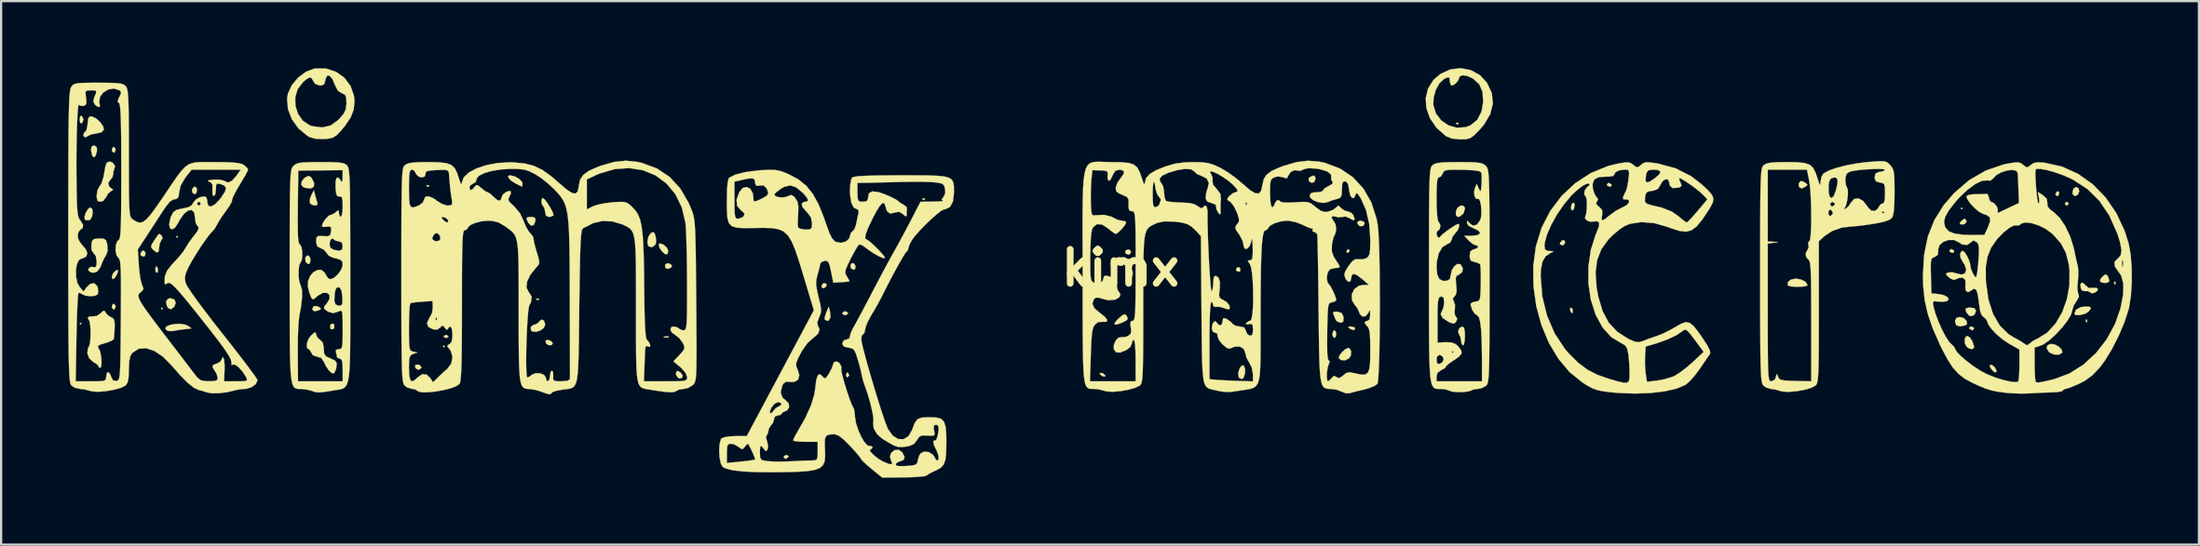
<source format=kicad_pcb>
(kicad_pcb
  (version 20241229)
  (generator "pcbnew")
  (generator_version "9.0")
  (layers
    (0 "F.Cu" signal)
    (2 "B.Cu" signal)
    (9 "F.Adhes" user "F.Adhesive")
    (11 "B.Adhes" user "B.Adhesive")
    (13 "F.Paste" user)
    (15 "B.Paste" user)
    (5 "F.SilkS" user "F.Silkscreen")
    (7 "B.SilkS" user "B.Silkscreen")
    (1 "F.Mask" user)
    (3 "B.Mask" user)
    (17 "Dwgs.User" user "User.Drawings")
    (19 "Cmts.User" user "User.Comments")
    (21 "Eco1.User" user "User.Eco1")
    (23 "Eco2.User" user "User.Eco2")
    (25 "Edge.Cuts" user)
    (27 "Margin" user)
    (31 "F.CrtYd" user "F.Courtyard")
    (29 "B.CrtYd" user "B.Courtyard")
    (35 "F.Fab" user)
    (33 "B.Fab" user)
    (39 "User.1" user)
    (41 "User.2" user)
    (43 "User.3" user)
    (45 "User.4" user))
  (footprint "kimx"
    (layer "F.Cu")
    (at 47.08 8.953)
    (property "Reference" "kimx" (at 0 0 0) (layer "F.SilkS") (effects (font (size 1.524 1.524) (thickness 0.3))))
    (attr through_hole)
    (fp_poly (pts (xy -46.482 2.498) (xy -46.524 2.54) (xy -46.567 2.498) (xy -46.524 2.455) (xy -46.482 2.498)) (stroke (width 0.01) (type solid)) (fill yes) (layer "F.SilkS"))
    (fp_poly (pts (xy -42.841 1.82) (xy -42.884 1.863) (xy -42.926 1.82) (xy -42.884 1.778) (xy -42.841 1.82)) (stroke (width 0.01) (type solid)) (fill yes) (layer "F.SilkS"))
    (fp_poly (pts (xy -42.164 -1.397) (xy -42.206 -1.355) (xy -42.249 -1.397) (xy -42.206 -1.439) (xy -42.164 -1.397)) (stroke (width 0.01) (type solid)) (fill yes) (layer "F.SilkS"))
    (fp_poly (pts (xy -30.226 3.514) (xy -30.268 3.556) (xy -30.311 3.514) (xy -30.268 3.471) (xy -30.226 3.514)) (stroke (width 0.01) (type solid)) (fill yes) (layer "F.SilkS"))
    (fp_poly (pts (xy 37.677 -2.667) (xy 37.634 -2.625) (xy 37.592 -2.667) (xy 37.634 -2.709) (xy 37.677 -2.667)) (stroke (width 0.01) (type solid)) (fill yes) (layer "F.SilkS"))
    (fp_poly (pts (xy -30.932 -3.697) (xy -30.943 -3.647) (xy -30.988 -3.641) (xy -31.058 -3.672) (xy -31.044 -3.697) (xy -30.944 -3.707) (xy -30.932 -3.697)) (stroke (width 0.01) (type solid)) (fill yes) (layer "F.SilkS"))
    (fp_poly (pts (xy -26.021 1.383) (xy -26.033 1.433) (xy -26.077 1.439) (xy -26.147 1.408) (xy -26.134 1.383) (xy -26.033 1.373) (xy -26.021 1.383)) (stroke (width 0.01) (type solid)) (fill yes) (layer "F.SilkS"))
    (fp_poly (pts (xy -20.214 3.077) (xy -20.204 3.107) (xy -20.32 3.119) (xy -20.44 3.106) (xy -20.426 3.077) (xy -20.252 3.065) (xy -20.214 3.077)) (stroke (width 0.01) (type solid)) (fill yes) (layer "F.SilkS"))
    (fp_poly (pts (xy -8.749 -3.104) (xy -8.761 -3.054) (xy -8.805 -3.048) (xy -8.875 -3.079) (xy -8.862 -3.104) (xy -8.761 -3.115) (xy -8.749 -3.104)) (stroke (width 0.01) (type solid)) (fill yes) (layer "F.SilkS"))
    (fp_poly (pts (xy 15.127 -6.491) (xy 15.115 -6.441) (xy 15.071 -6.435) (xy 15.001 -6.466) (xy 15.014 -6.491) (xy 15.115 -6.501) (xy 15.127 -6.491)) (stroke (width 0.01) (type solid)) (fill yes) (layer "F.SilkS"))
    (fp_poly (pts (xy 43.236 2.314) (xy 43.247 2.415) (xy 43.236 2.427) (xy 43.186 2.415) (xy 43.18 2.371) (xy 43.211 2.301) (xy 43.236 2.314)) (stroke (width 0.01) (type solid)) (fill yes) (layer "F.SilkS"))
    (fp_poly (pts (xy 44.506 0.621) (xy 44.517 0.721) (xy 44.506 0.734) (xy 44.456 0.722) (xy 44.45 0.677) (xy 44.481 0.608) (xy 44.506 0.621)) (stroke (width 0.01) (type solid)) (fill yes) (layer "F.SilkS"))
    (fp_poly (pts (xy -43.672 -0.763) (xy -43.619 -0.656) (xy -43.652 -0.53) (xy -43.73 -0.508) (xy -43.837 -0.569) (xy -43.842 -0.639) (xy -43.769 -0.77) (xy -43.672 -0.763)) (stroke (width 0.01) (type solid)) (fill yes) (layer "F.SilkS"))
    (fp_poly (pts (xy -43.111 -0.053) (xy -43.066 0.04) (xy -43.067 0.176) (xy -43.099 0.214) (xy -43.163 0.186) (xy -43.18 0.09) (xy -43.161 -0.063) (xy -43.111 -0.053)) (stroke (width 0.01) (type solid)) (fill yes) (layer "F.SilkS"))
    (fp_poly (pts (xy -30.135 3.009) (xy -30.06 3.091) (xy -30.146 3.131) (xy -30.189 3.133) (xy -30.276 3.091) (xy -30.267 3.047) (xy -30.166 2.998) (xy -30.135 3.009)) (stroke (width 0.01) (type solid)) (fill yes) (layer "F.SilkS"))
    (fp_poly (pts (xy -13.151 0.727) (xy -13.165 0.828) (xy -13.277 0.912) (xy -13.363 0.875) (xy -13.377 0.811) (xy -13.309 0.695) (xy -13.243 0.677) (xy -13.151 0.727)) (stroke (width 0.01) (type solid)) (fill yes) (layer "F.SilkS"))
    (fp_poly (pts (xy -12.191 4.7) (xy -12.142 4.801) (xy -12.153 4.832) (xy -12.235 4.907) (xy -12.275 4.821) (xy -12.277 4.779) (xy -12.235 4.691) (xy -12.191 4.7)) (stroke (width 0.01) (type solid)) (fill yes) (layer "F.SilkS"))
    (fp_poly (pts (xy 5.316 -0.023) (xy 5.365 0.043) (xy 5.351 0.152) (xy 5.289 0.169) (xy 5.178 0.125) (xy 5.165 0.09) (xy 5.216 -0.023) (xy 5.316 -0.023)) (stroke (width 0.01) (type solid)) (fill yes) (layer "F.SilkS"))
    (fp_poly (pts (xy 19.897 -1.15) (xy 19.828 -1.033) (xy 19.763 -1.016) (xy 19.664 -1.065) (xy 19.662 -1.117) (xy 19.746 -1.228) (xy 19.848 -1.243) (xy 19.897 -1.15)) (stroke (width 0.01) (type solid)) (fill yes) (layer "F.SilkS"))
    (fp_poly (pts (xy -46.403 -6.693) (xy -46.397 -6.646) (xy -46.451 -6.504) (xy -46.482 -6.477) (xy -46.544 -6.507) (xy -46.567 -6.646) (xy -46.54 -6.793) (xy -46.482 -6.816) (xy -46.403 -6.693)) (stroke (width 0.01) (type solid)) (fill yes) (layer "F.SilkS"))
    (fp_poly (pts (xy -44.968 -5.35) (xy -44.958 -5.292) (xy -45.004 -5.179) (xy -45.043 -5.165) (xy -45.118 -5.233) (xy -45.127 -5.292) (xy -45.082 -5.404) (xy -45.043 -5.419) (xy -44.968 -5.35)) (stroke (width 0.01) (type solid)) (fill yes) (layer "F.SilkS"))
    (fp_poly (pts (xy -44.968 1.677) (xy -44.958 1.736) (xy -45.004 1.848) (xy -45.043 1.863) (xy -45.118 1.794) (xy -45.127 1.736) (xy -45.082 1.623) (xy -45.043 1.609) (xy -44.968 1.677)) (stroke (width 0.01) (type solid)) (fill yes) (layer "F.SilkS"))
    (fp_poly (pts (xy -41.332 -3.57) (xy -41.317 -3.471) (xy -41.362 -3.327) (xy -41.461 -3.316) (xy -41.529 -3.387) (xy -41.539 -3.527) (xy -41.447 -3.63) (xy -41.397 -3.641) (xy -41.332 -3.57)) (stroke (width 0.01) (type solid)) (fill yes) (layer "F.SilkS"))
    (fp_poly (pts (xy -35.942 1.713) (xy -35.828 1.768) (xy -35.766 1.837) (xy -35.856 1.893) (xy -36.056 1.944) (xy -36.143 1.888) (xy -36.153 1.82) (xy -36.093 1.711) (xy -35.942 1.713)) (stroke (width 0.01) (type solid)) (fill yes) (layer "F.SilkS"))
    (fp_poly (pts (xy -35.179 2.54) (xy -35.173 2.68) (xy -35.202 2.724) (xy -35.306 2.754) (xy -35.348 2.709) (xy -35.354 2.569) (xy -35.325 2.525) (xy -35.221 2.495) (xy -35.179 2.54)) (stroke (width 0.01) (type solid)) (fill yes) (layer "F.SilkS"))
    (fp_poly (pts (xy -31.367 4.349) (xy -31.277 4.433) (xy -31.284 4.487) (xy -31.406 4.568) (xy -31.532 4.497) (xy -31.542 4.482) (xy -31.561 4.363) (xy -31.456 4.327) (xy -31.367 4.349)) (stroke (width 0.01) (type solid)) (fill yes) (layer "F.SilkS"))
    (fp_poly (pts (xy -20.19 -0.199) (xy -20.08 -0.121) (xy -20.066 -0.085) (xy -20.133 0.004) (xy -20.267 0.039) (xy -20.365 -0.004) (xy -20.378 -0.138) (xy -20.278 -0.21) (xy -20.19 -0.199)) (stroke (width 0.01) (type solid)) (fill yes) (layer "F.SilkS"))
    (fp_poly (pts (xy -14.851 8.423) (xy -14.859 8.467) (xy -14.967 8.548) (xy -14.991 8.551) (xy -15.068 8.487) (xy -15.071 8.467) (xy -15.002 8.392) (xy -14.939 8.382) (xy -14.851 8.423)) (stroke (width 0.01) (type solid)) (fill yes) (layer "F.SilkS"))
    (fp_poly (pts (xy -12.206 1.993) (xy -12.192 2.032) (xy -12.261 2.107) (xy -12.319 2.117) (xy -12.432 2.071) (xy -12.446 2.032) (xy -12.377 1.957) (xy -12.319 1.947) (xy -12.206 1.993)) (stroke (width 0.01) (type solid)) (fill yes) (layer "F.SilkS"))
    (fp_poly (pts (xy -11.932 -0.208) (xy -11.864 -0.103) (xy -11.865 0.024) (xy -11.933 0.085) (xy -12.048 0.023) (xy -12.065 0) (xy -12.082 -0.126) (xy -12.014 -0.214) (xy -11.932 -0.208)) (stroke (width 0.01) (type solid)) (fill yes) (layer "F.SilkS"))
    (fp_poly (pts (xy -0.829 4.709) (xy -0.762 4.741) (xy -0.678 4.826) (xy -0.682 4.859) (xy -0.779 4.858) (xy -0.847 4.826) (xy -0.93 4.741) (xy -0.926 4.708) (xy -0.829 4.709)) (stroke (width 0.01) (type solid)) (fill yes) (layer "F.SilkS"))
    (fp_poly (pts (xy 0.425 -0.803) (xy 0.47 -0.706) (xy 0.406 -0.611) (xy 0.339 -0.593) (xy 0.228 -0.654) (xy 0.215 -0.671) (xy 0.221 -0.772) (xy 0.323 -0.825) (xy 0.425 -0.803)) (stroke (width 0.01) (type solid)) (fill yes) (layer "F.SilkS"))
    (fp_poly (pts (xy 8.712 -4.075) (xy 8.721 -3.979) (xy 8.662 -3.843) (xy 8.534 -3.815) (xy 8.418 -3.904) (xy 8.426 -4.022) (xy 8.477 -4.072) (xy 8.639 -4.142) (xy 8.712 -4.075)) (stroke (width 0.01) (type solid)) (fill yes) (layer "F.SilkS"))
    (fp_poly (pts (xy 9.636 2.865) (xy 9.652 2.963) (xy 9.617 3.101) (xy 9.567 3.133) (xy 9.499 3.062) (xy 9.483 2.963) (xy 9.518 2.826) (xy 9.567 2.794) (xy 9.636 2.865)) (stroke (width 0.01) (type solid)) (fill yes) (layer "F.SilkS"))
    (fp_poly (pts (xy 10.244 -0.781) (xy 10.245 -0.762) (xy 10.18 -0.681) (xy 10.155 -0.677) (xy 10.104 -0.729) (xy 10.118 -0.762) (xy 10.194 -0.843) (xy 10.207 -0.847) (xy 10.244 -0.781)) (stroke (width 0.01) (type solid)) (fill yes) (layer "F.SilkS"))
    (fp_poly (pts (xy 10.457 2.657) (xy 10.499 2.709) (xy 10.445 2.788) (xy 10.291 2.738) (xy 10.245 2.709) (xy 10.178 2.648) (xy 10.262 2.627) (xy 10.308 2.626) (xy 10.457 2.657)) (stroke (width 0.01) (type solid)) (fill yes) (layer "F.SilkS"))
    (fp_poly (pts (xy 10.891 -2.064) (xy 10.922 -1.99) (xy 10.859 -1.883) (xy 10.725 -1.869) (xy 10.64 -1.919) (xy 10.586 -2.04) (xy 10.681 -2.11) (xy 10.753 -2.117) (xy 10.891 -2.064)) (stroke (width 0.01) (type solid)) (fill yes) (layer "F.SilkS"))
    (fp_poly (pts (xy 20.226 1.847) (xy 20.235 1.905) (xy 20.217 2.018) (xy 20.202 2.032) (xy 20.147 1.966) (xy 20.12 1.905) (xy 20.118 1.796) (xy 20.153 1.778) (xy 20.226 1.847)) (stroke (width 0.01) (type solid)) (fill yes) (layer "F.SilkS"))
    (fp_poly (pts (xy 20.303 -2.896) (xy 20.32 -2.804) (xy 20.282 -2.64) (xy 20.235 -2.582) (xy 20.168 -2.608) (xy 20.151 -2.699) (xy 20.188 -2.863) (xy 20.235 -2.921) (xy 20.303 -2.896)) (stroke (width 0.01) (type solid)) (fill yes) (layer "F.SilkS"))
    (fp_poly (pts (xy 21.954 -3.748) (xy 21.971 -3.725) (xy 21.952 -3.653) (xy 21.891 -3.641) (xy 21.775 -3.685) (xy 21.759 -3.725) (xy 21.82 -3.808) (xy 21.839 -3.81) (xy 21.954 -3.748)) (stroke (width 0.01) (type solid)) (fill yes) (layer "F.SilkS"))
    (fp_poly (pts (xy 37.278 -0.785) (xy 37.296 -0.762) (xy 37.276 -0.69) (xy 37.216 -0.677) (xy 37.1 -0.722) (xy 37.084 -0.762) (xy 37.145 -0.844) (xy 37.164 -0.847) (xy 37.278 -0.785)) (stroke (width 0.01) (type solid)) (fill yes) (layer "F.SilkS"))
    (fp_poly (pts (xy 38.169 2.669) (xy 38.185 2.709) (xy 38.124 2.792) (xy 38.105 2.794) (xy 37.99 2.732) (xy 37.973 2.709) (xy 37.992 2.637) (xy 38.053 2.625) (xy 38.169 2.669)) (stroke (width 0.01) (type solid)) (fill yes) (layer "F.SilkS"))
    (fp_poly (pts (xy 38.986 4.345) (xy 39.101 4.44) (xy 39.181 4.571) (xy 39.187 4.655) (xy 39.117 4.68) (xy 38.994 4.578) (xy 38.897 4.433) (xy 38.893 4.344) (xy 38.986 4.345)) (stroke (width 0.01) (type solid)) (fill yes) (layer "F.SilkS"))
    (fp_poly (pts (xy 41.982 -3.41) (xy 41.995 -3.349) (xy 41.95 -3.233) (xy 41.91 -3.217) (xy 41.828 -3.278) (xy 41.825 -3.297) (xy 41.887 -3.412) (xy 41.91 -3.429) (xy 41.982 -3.41)) (stroke (width 0.01) (type solid)) (fill yes) (layer "F.SilkS"))
    (fp_poly (pts (xy 42.416 -2.899) (xy 42.418 -2.879) (xy 42.354 -2.796) (xy 42.333 -2.794) (xy 42.251 -2.858) (xy 42.249 -2.879) (xy 42.313 -2.961) (xy 42.333 -2.963) (xy 42.416 -2.899)) (stroke (width 0.01) (type solid)) (fill yes) (layer "F.SilkS"))
    (fp_poly (pts (xy -44.851 0.15) (xy -44.902 0.296) (xy -45.006 0.461) (xy -45.09 0.502) (xy -45.127 0.406) (xy -45.127 0.398) (xy -45.072 0.249) (xy -44.951 0.12) (xy -44.864 0.085) (xy -44.851 0.15)) (stroke (width 0.01) (type solid)) (fill yes) (layer "F.SilkS"))
    (fp_poly (pts (xy -42.327 1.419) (xy -42.268 1.569) (xy -42.334 1.737) (xy -42.48 1.852) (xy -42.601 1.803) (xy -42.658 1.714) (xy -42.704 1.511) (xy -42.617 1.382) (xy -42.493 1.355) (xy -42.327 1.419)) (stroke (width 0.01) (type solid)) (fill yes) (layer "F.SilkS"))
    (fp_poly (pts (xy -36.316 -0.547) (xy -36.251 -0.439) (xy -36.243 -0.289) (xy -36.29 -0.182) (xy -36.325 -0.169) (xy -36.428 -0.237) (xy -36.459 -0.292) (xy -36.471 -0.446) (xy -36.407 -0.549) (xy -36.316 -0.547)) (stroke (width 0.01) (type solid)) (fill yes) (layer "F.SilkS"))
    (fp_poly (pts (xy -25.461 3.29) (xy -25.4 3.384) (xy -25.461 3.46) (xy -25.589 3.459) (xy -25.699 3.383) (xy -25.7 3.381) (xy -25.721 3.266) (xy -25.708 3.244) (xy -25.595 3.227) (xy -25.461 3.29)) (stroke (width 0.01) (type solid)) (fill yes) (layer "F.SilkS"))
    (fp_poly (pts (xy -20.434 -1.037) (xy -20.285 -0.893) (xy -20.235 -0.759) (xy -20.272 -0.615) (xy -20.379 -0.623) (xy -20.519 -0.748) (xy -20.625 -0.907) (xy -20.66 -1.043) (xy -20.611 -1.101) (xy -20.434 -1.037)) (stroke (width 0.01) (type solid)) (fill yes) (layer "F.SilkS"))
    (fp_poly (pts (xy -19.759 4.637) (xy -19.685 4.689) (xy -19.59 4.817) (xy -19.612 4.923) (xy -19.721 4.951) (xy -19.8 4.918) (xy -19.884 4.785) (xy -19.884 4.706) (xy -19.846 4.612) (xy -19.759 4.637)) (stroke (width 0.01) (type solid)) (fill yes) (layer "F.SilkS"))
    (fp_poly (pts (xy 0.081 -0.384) (xy 0.162 -0.258) (xy 0.169 -0.207) (xy 0.108 -0.108) (xy -0.026 -0.091) (xy -0.158 -0.152) (xy -0.201 -0.215) (xy -0.183 -0.343) (xy -0.065 -0.411) (xy 0.081 -0.384)) (stroke (width 0.01) (type solid)) (fill yes) (layer "F.SilkS"))
    (fp_poly (pts (xy 37.838 -2.133) (xy 37.846 -2.074) (xy 37.774 -1.971) (xy 37.666 -1.947) (xy 37.544 -1.966) (xy 37.569 -2.045) (xy 37.592 -2.074) (xy 37.714 -2.181) (xy 37.772 -2.201) (xy 37.838 -2.133)) (stroke (width 0.01) (type solid)) (fill yes) (layer "F.SilkS"))
    (fp_poly (pts (xy 42.851 -3.58) (xy 42.894 -3.44) (xy 42.835 -3.291) (xy 42.711 -3.217) (xy 42.705 -3.217) (xy 42.609 -3.288) (xy 42.587 -3.382) (xy 42.635 -3.552) (xy 42.745 -3.624) (xy 42.851 -3.58)) (stroke (width 0.01) (type solid)) (fill yes) (layer "F.SilkS"))
    (fp_poly (pts (xy -45.91 -5.486) (xy -45.799 -5.402) (xy -45.791 -5.247) (xy -45.844 -5.04) (xy -45.919 -4.955) (xy -45.994 -5.013) (xy -46.005 -5.039) (xy -46.061 -5.28) (xy -46.03 -5.441) (xy -45.918 -5.488) (xy -45.91 -5.486)) (stroke (width 0.01) (type solid)) (fill yes) (layer "F.SilkS"))
    (fp_poly (pts (xy -36.036 -3.271) (xy -35.974 -3.053) (xy -35.932 -2.929) (xy -35.938 -2.82) (xy -36.05 -2.794) (xy -36.211 -2.849) (xy -36.267 -2.918) (xy -36.266 -3.08) (xy -36.201 -3.261) (xy -36.088 -3.479) (xy -36.036 -3.271)) (stroke (width 0.01) (type solid)) (fill yes) (layer "F.SilkS"))
    (fp_poly (pts (xy -12.996 1.964) (xy -12.976 2.201) (xy -13.045 2.345) (xy -13.123 2.371) (xy -13.231 2.311) (xy -13.234 2.307) (xy -13.228 2.193) (xy -13.167 2.002) (xy -13.161 1.99) (xy -13.054 1.736) (xy -12.996 1.964)) (stroke (width 0.01) (type solid)) (fill yes) (layer "F.SilkS"))
    (fp_poly (pts (xy 0.402 0.016) (xy 0.524 0.117) (xy 0.55 0.254) (xy 0.496 0.437) (xy 0.402 0.492) (xy 0.297 0.474) (xy 0.257 0.342) (xy 0.254 0.254) (xy 0.275 0.068) (xy 0.353 0.011) (xy 0.402 0.016)) (stroke (width 0.01) (type solid)) (fill yes) (layer "F.SilkS"))
    (fp_poly (pts (xy 15.401 -2.71) (xy 15.409 -2.647) (xy 15.344 -2.44) (xy 15.186 -2.305) (xy 15.09 -2.286) (xy 15.006 -2.358) (xy 15.002 -2.519) (xy 15.069 -2.684) (xy 15.192 -2.781) (xy 15.32 -2.795) (xy 15.401 -2.71)) (stroke (width 0.01) (type solid)) (fill yes) (layer "F.SilkS"))
    (fp_poly (pts (xy 37.718 2.243) (xy 37.841 2.362) (xy 37.88 2.503) (xy 37.795 2.574) (xy 37.554 2.622) (xy 37.394 2.568) (xy 37.346 2.444) (xy 37.338 2.357) (xy 37.401 2.237) (xy 37.549 2.199) (xy 37.718 2.243)) (stroke (width 0.01) (type solid)) (fill yes) (layer "F.SilkS"))
    (fp_poly (pts (xy 44.135 0.318) (xy 44.186 0.405) (xy 44.235 0.557) (xy 44.221 0.624) (xy 44.085 0.674) (xy 43.914 0.66) (xy 43.822 0.604) (xy 43.843 0.5) (xy 43.937 0.385) (xy 44.062 0.289) (xy 44.135 0.318)) (stroke (width 0.01) (type solid)) (fill yes) (layer "F.SilkS"))
    (fp_poly (pts (xy -26.209 -2.258) (xy -26.172 -2.147) (xy -26.177 -2.102) (xy -26.25 -1.926) (xy -26.369 -1.894) (xy -26.492 -2.016) (xy -26.495 -2.021) (xy -26.573 -2.196) (xy -26.539 -2.27) (xy -26.372 -2.286) (xy -26.368 -2.286) (xy -26.209 -2.258)) (stroke (width 0.01) (type solid)) (fill yes) (layer "F.SilkS"))
    (fp_poly (pts (xy 0.261 2.126) (xy 0.326 2.255) (xy 0.287 2.339) (xy 0.118 2.43) (xy 0.109 2.434) (xy -0.142 2.531) (xy -0.264 2.532) (xy -0.25 2.443) (xy -0.097 2.273) (xy 0.087 2.117) (xy 0.197 2.075) (xy 0.261 2.126)) (stroke (width 0.01) (type solid)) (fill yes) (layer "F.SilkS"))
    (fp_poly (pts (xy 5.514 4.379) (xy 5.572 4.526) (xy 5.567 4.728) (xy 5.511 4.905) (xy 5.44 4.975) (xy 5.325 4.939) (xy 5.281 4.87) (xy 5.268 4.71) (xy 5.315 4.535) (xy 5.397 4.401) (xy 5.487 4.362) (xy 5.514 4.379)) (stroke (width 0.01) (type solid)) (fill yes) (layer "F.SilkS"))
    (fp_poly (pts (xy 10.236 3.593) (xy 10.32 3.73) (xy 10.305 3.919) (xy 10.228 4.047) (xy 10.056 4.137) (xy 9.871 4.129) (xy 9.774 4.055) (xy 9.787 3.939) (xy 9.895 3.788) (xy 10.045 3.652) (xy 10.185 3.585) (xy 10.236 3.593)) (stroke (width 0.01) (type solid)) (fill yes) (layer "F.SilkS"))
    (fp_poly (pts (xy 30.577 -3.851) (xy 30.649 -3.809) (xy 30.734 -3.729) (xy 30.666 -3.653) (xy 30.649 -3.642) (xy 30.48 -3.563) (xy 30.374 -3.611) (xy 30.353 -3.641) (xy 30.341 -3.773) (xy 30.415 -3.88) (xy 30.464 -3.893) (xy 30.577 -3.851)) (stroke (width 0.01) (type solid)) (fill yes) (layer "F.SilkS"))
    (fp_poly (pts (xy 38.005 3.12) (xy 38.113 3.291) (xy 38.179 3.495) (xy 38.185 3.562) (xy 38.124 3.633) (xy 37.99 3.62) (xy 37.863 3.539) (xy 37.778 3.383) (xy 37.766 3.206) (xy 37.823 3.076) (xy 37.89 3.048) (xy 38.005 3.12)) (stroke (width 0.01) (type solid)) (fill yes) (layer "F.SilkS"))
    (fp_poly (pts (xy 38.205 1.807) (xy 38.268 1.909) (xy 38.269 1.938) (xy 38.207 2.098) (xy 38.066 2.162) (xy 37.959 2.13) (xy 37.86 2.008) (xy 37.821 1.926) (xy 37.814 1.821) (xy 37.923 1.781) (xy 38.018 1.778) (xy 38.205 1.807)) (stroke (width 0.01) (type solid)) (fill yes) (layer "F.SilkS"))
    (fp_poly (pts (xy -46.005 -2.643) (xy -45.982 -2.486) (xy -46.012 -2.306) (xy -46.087 -2.169) (xy -46.147 -2.136) (xy -46.294 -2.142) (xy -46.331 -2.163) (xy -46.35 -2.284) (xy -46.295 -2.463) (xy -46.199 -2.629) (xy -46.095 -2.709) (xy -46.087 -2.709) (xy -46.005 -2.643)) (stroke (width 0.01) (type solid)) (fill yes) (layer "F.SilkS"))
    (fp_poly (pts (xy -20.838 -1.536) (xy -20.79 -1.368) (xy -20.775 -1.177) (xy -20.795 -1.065) (xy -20.913 -0.952) (xy -21.006 -0.931) (xy -21.128 -0.979) (xy -21.166 -1.148) (xy -21.167 -1.168) (xy -21.122 -1.397) (xy -21.013 -1.562) (xy -20.905 -1.609) (xy -20.838 -1.536)) (stroke (width 0.01) (type solid)) (fill yes) (layer "F.SilkS"))
    (fp_poly (pts (xy 41.801 3.431) (xy 41.979 3.53) (xy 42.108 3.661) (xy 42.137 3.783) (xy 42.13 3.796) (xy 41.991 3.881) (xy 41.783 3.881) (xy 41.582 3.8) (xy 41.531 3.758) (xy 41.429 3.587) (xy 41.482 3.457) (xy 41.627 3.404) (xy 41.801 3.431)) (stroke (width 0.01) (type solid)) (fill yes) (layer "F.SilkS"))
    (fp_poly (pts (xy 43.356 1.742) (xy 43.422 1.799) (xy 43.339 1.919) (xy 43.279 1.977) (xy 43.127 2.062) (xy 42.933 2.11) (xy 42.762 2.115) (xy 42.675 2.067) (xy 42.673 2.053) (xy 42.753 1.87) (xy 42.962 1.757) (xy 43.133 1.732) (xy 43.356 1.742)) (stroke (width 0.01) (type solid)) (fill yes) (layer "F.SilkS"))
    (fp_poly (pts (xy -36.225 -4.072) (xy -36.18 -4.016) (xy -36.075 -3.801) (xy -36.09 -3.638) (xy -36.22 -3.564) (xy -36.258 -3.563) (xy -36.459 -3.586) (xy -36.555 -3.612) (xy -36.652 -3.722) (xy -36.631 -3.883) (xy -36.502 -4.036) (xy -36.476 -4.054) (xy -36.326 -4.123) (xy -36.225 -4.072)) (stroke (width 0.01) (type solid)) (fill yes) (layer "F.SilkS"))
    (fp_poly (pts (xy -27.111 -4.103) (xy -26.909 -3.991) (xy -26.776 -3.855) (xy -26.755 -3.789) (xy -26.765 -3.666) (xy -26.776 -3.646) (xy -26.858 -3.683) (xy -27.032 -3.768) (xy -27.068 -3.787) (xy -27.262 -3.91) (xy -27.378 -4.033) (xy -27.393 -4.123) (xy -27.319 -4.149) (xy -27.111 -4.103)) (stroke (width 0.01) (type solid)) (fill yes) (layer "F.SilkS"))
    (fp_poly (pts (xy 9.706 1.962) (xy 9.891 2.019) (xy 9.967 2.168) (xy 9.975 2.223) (xy 9.969 2.395) (xy 9.877 2.453) (xy 9.837 2.455) (xy 9.675 2.389) (xy 9.619 2.307) (xy 9.546 2.116) (xy 9.516 2.047) (xy 9.524 1.969) (xy 9.667 1.958) (xy 9.706 1.962)) (stroke (width 0.01) (type solid)) (fill yes) (layer "F.SilkS"))
    (fp_poly (pts (xy -25.795 2.361) (xy -25.74 2.519) (xy -25.739 2.547) (xy -25.807 2.695) (xy -25.969 2.809) (xy -26.163 2.865) (xy -26.326 2.84) (xy -26.374 2.794) (xy -26.385 2.652) (xy -26.275 2.552) (xy -26.204 2.54) (xy -26.066 2.474) (xy -26.008 2.401) (xy -25.9 2.313) (xy -25.795 2.361)) (stroke (width 0.01) (type solid)) (fill yes) (layer "F.SilkS"))
    (fp_poly (pts (xy 15.368 2.681) (xy 15.404 2.866) (xy 15.409 3.048) (xy 15.394 3.289) (xy 15.355 3.443) (xy 15.325 3.471) (xy 15.259 3.399) (xy 15.24 3.277) (xy 15.205 3.085) (xy 15.153 2.994) (xy 15.104 2.852) (xy 15.158 2.701) (xy 15.283 2.625) (xy 15.291 2.625) (xy 15.368 2.681)) (stroke (width 0.01) (type solid)) (fill yes) (layer "F.SilkS"))
    (fp_poly (pts (xy 30.457 0.522) (xy 30.649 0.627) (xy 30.734 0.763) (xy 30.734 0.772) (xy 30.66 0.815) (xy 30.477 0.839) (xy 30.247 0.845) (xy 30.028 0.831) (xy 29.881 0.798) (xy 29.856 0.779) (xy 29.852 0.647) (xy 29.974 0.535) (xy 30.179 0.481) (xy 30.214 0.48) (xy 30.457 0.522)) (stroke (width 0.01) (type solid)) (fill yes) (layer "F.SilkS"))
    (fp_poly (pts (xy -25.76 -3.065) (xy -25.636 -2.901) (xy -25.507 -2.695) (xy -25.405 -2.499) (xy -25.365 -2.37) (xy -25.368 -2.353) (xy -25.478 -2.297) (xy -25.574 -2.286) (xy -25.705 -2.34) (xy -25.739 -2.493) (xy -25.77 -2.672) (xy -25.823 -2.752) (xy -25.887 -2.855) (xy -25.907 -3.004) (xy -25.877 -3.116) (xy -25.845 -3.132) (xy -25.76 -3.065)) (stroke (width 0.01) (type solid)) (fill yes) (layer "F.SilkS"))
    (fp_poly (pts (xy 43.113 0.709) (xy 43.156 0.763) (xy 43.314 0.897) (xy 43.481 0.895) (xy 43.661 0.889) (xy 43.732 0.957) (xy 43.668 1.06) (xy 43.611 1.097) (xy 43.453 1.142) (xy 43.387 1.094) (xy 43.269 1.035) (xy 43.173 1.042) (xy 43.021 1.016) (xy 42.966 0.923) (xy 42.943 0.736) (xy 43.003 0.656) (xy 43.113 0.709)) (stroke (width 0.01) (type solid)) (fill yes) (layer "F.SilkS"))
    (fp_poly (pts (xy -42.962 -1.501) (xy -42.908 -1.455) (xy -42.852 -1.34) (xy -42.909 -1.253) (xy -42.985 -1.097) (xy -43.011 -0.914) (xy -43.037 -0.725) (xy -43.122 -0.692) (xy -43.278 -0.812) (xy -43.283 -0.816) (xy -43.365 -0.92) (xy -43.358 -1.025) (xy -43.254 -1.194) (xy -43.238 -1.218) (xy -43.113 -1.398) (xy -43.037 -1.509) (xy -43.031 -1.518) (xy -42.962 -1.501)) (stroke (width 0.01) (type solid)) (fill yes) (layer "F.SilkS"))
    (fp_poly (pts (xy -41.851 2.539) (xy -41.741 2.584) (xy -41.604 2.671) (xy -41.571 2.711) (xy -41.675 2.724) (xy -41.88 2.747) (xy -41.938 2.753) (xy -42.189 2.787) (xy -42.384 2.825) (xy -42.404 2.831) (xy -42.596 2.827) (xy -42.671 2.796) (xy -42.741 2.704) (xy -42.679 2.62) (xy -42.522 2.554) (xy -42.307 2.512) (xy -42.071 2.504) (xy -41.851 2.539)) (stroke (width 0.01) (type solid)) (fill yes) (layer "F.SilkS"))
    (fp_poly (pts (xy -46.019 -6.786) (xy -45.831 -6.698) (xy -45.647 -6.531) (xy -45.515 -6.34) (xy -45.483 -6.193) (xy -45.589 -6.077) (xy -45.805 -6.026) (xy -46.027 -5.987) (xy -46.174 -5.927) (xy -46.181 -5.921) (xy -46.316 -5.845) (xy -46.391 -5.913) (xy -46.397 -5.969) (xy -46.354 -6.082) (xy -46.318 -6.096) (xy -46.263 -6.171) (xy -46.221 -6.361) (xy -46.212 -6.456) (xy -46.183 -6.682) (xy -46.127 -6.779) (xy -46.019 -6.787) (xy -46.019 -6.786)) (stroke (width 0.01) (type solid)) (fill yes) (layer "F.SilkS"))
    (fp_poly (pts (xy -45.489 -1.31) (xy -45.387 -1.241) (xy -45.335 -1.064) (xy -45.328 -1.031) (xy -45.316 -0.767) (xy -45.37 -0.6) (xy -45.478 -0.418) (xy -45.514 -0.339) (xy -45.647 -0.021) (xy -45.776 0.156) (xy -45.926 0.215) (xy -46.075 0.196) (xy -46.177 0.108) (xy -46.171 0.035) (xy -46.062 -0.05) (xy -45.964 -0.039) (xy -45.857 -0.03) (xy -45.812 -0.122) (xy -45.805 -0.286) (xy -45.844 -0.534) (xy -45.938 -0.659) (xy -46.037 -0.803) (xy -46.044 -1.02) (xy -46.011 -1.209) (xy -45.924 -1.292) (xy -45.729 -1.316) (xy -45.7 -1.317) (xy -45.489 -1.31)) (stroke (width 0.01) (type solid)) (fill yes) (layer "F.SilkS"))
    (fp_poly (pts (xy -45.089 -4.712) (xy -44.983 -4.574) (xy -45.006 -4.479) (xy -45.061 -4.293) (xy -45.059 -4.225) (xy -45.099 -4.063) (xy -45.167 -3.982) (xy -45.286 -3.81) (xy -45.25 -3.647) (xy -45.16 -3.573) (xy -45.068 -3.505) (xy -45.129 -3.457) (xy -45.162 -3.444) (xy -45.294 -3.329) (xy -45.381 -3.177) (xy -45.509 -3.004) (xy -45.633 -2.963) (xy -45.753 -2.997) (xy -45.8 -3.129) (xy -45.805 -3.249) (xy -45.772 -3.474) (xy -45.692 -3.629) (xy -45.687 -3.633) (xy -45.588 -3.793) (xy -45.499 -4.075) (xy -45.434 -4.434) (xy -45.425 -4.512) (xy -45.356 -4.713) (xy -45.22 -4.771) (xy -45.089 -4.712)) (stroke (width 0.01) (type solid)) (fill yes) (layer "F.SilkS"))
    (fp_poly (pts (xy -35.983 3.003) (xy -35.916 3.137) (xy -35.814 3.217) (xy -35.689 3.347) (xy -35.645 3.583) (xy -35.645 3.627) (xy -35.627 3.845) (xy -35.54 3.966) (xy -35.348 4.052) (xy -35.142 4.149) (xy -35.064 4.272) (xy -35.087 4.48) (xy -35.105 4.551) (xy -35.177 4.711) (xy -35.279 4.715) (xy -35.414 4.593) (xy -35.547 4.399) (xy -35.637 4.212) (xy -35.76 4.028) (xy -35.933 3.979) (xy -36.128 3.915) (xy -36.195 3.81) (xy -36.271 3.673) (xy -36.328 3.641) (xy -36.398 3.575) (xy -36.402 3.416) (xy -36.349 3.225) (xy -36.248 3.059) (xy -36.237 3.048) (xy -36.079 2.908) (xy -36.002 2.898) (xy -35.983 3.003)) (stroke (width 0.01) (type solid)) (fill yes) (layer "F.SilkS"))
    (fp_poly (pts (xy -45.442 1.931) (xy -45.41 1.994) (xy -45.295 2.13) (xy -45.169 2.202) (xy -45.077 2.251) (xy -45.022 2.335) (xy -44.999 2.487) (xy -45.003 2.739) (xy -45.031 3.123) (xy -45.035 3.179) (xy -45.114 3.25) (xy -45.306 3.333) (xy -45.432 3.371) (xy -45.662 3.441) (xy -45.753 3.502) (xy -45.736 3.577) (xy -45.712 3.608) (xy -45.649 3.751) (xy -45.606 3.967) (xy -45.587 4.2) (xy -45.597 4.392) (xy -45.639 4.485) (xy -45.648 4.487) (xy -45.719 4.423) (xy -45.72 4.407) (xy -45.788 4.318) (xy -45.953 4.216) (xy -46.135 4.054) (xy -46.222 3.826) (xy -46.196 3.598) (xy -46.15 3.522) (xy -46.106 3.388) (xy -46.082 3.152) (xy -46.077 2.871) (xy -46.09 2.6) (xy -46.122 2.396) (xy -46.16 2.318) (xy -46.207 2.238) (xy -46.134 2.177) (xy -45.991 2.173) (xy -45.982 2.175) (xy -45.795 2.147) (xy -45.641 2.038) (xy -45.511 1.924) (xy -45.442 1.931)) (stroke (width 0.01) (type solid)) (fill yes) (layer "F.SilkS"))
    (fp_poly (pts (xy 15.677 -8.86) (xy 16.082 -8.635) (xy 16.396 -8.293) (xy 16.612 -7.833) (xy 16.659 -7.363) (xy 16.54 -6.887) (xy 16.253 -6.408) (xy 16.038 -6.16) (xy 15.82 -5.941) (xy 15.654 -5.82) (xy 15.482 -5.769) (xy 15.244 -5.757) (xy 15.212 -5.757) (xy 14.827 -5.796) (xy 14.56 -5.904) (xy 14.14 -6.276) (xy 13.847 -6.701) (xy 13.685 -7.153) (xy 13.675 -7.303) (xy 13.993 -7.303) (xy 14.113 -6.916) (xy 14.354 -6.603) (xy 14.68 -6.384) (xy 15.056 -6.279) (xy 15.445 -6.307) (xy 15.655 -6.388) (xy 15.964 -6.638) (xy 16.154 -7.009) (xy 16.225 -7.443) (xy 16.196 -7.89) (xy 16.051 -8.227) (xy 15.779 -8.477) (xy 15.745 -8.498) (xy 15.505 -8.603) (xy 15.299 -8.631) (xy 15.174 -8.58) (xy 15.155 -8.522) (xy 15.104 -8.39) (xy 14.987 -8.259) (xy 14.86 -8.178) (xy 14.789 -8.184) (xy 14.74 -8.309) (xy 14.732 -8.396) (xy 14.713 -8.523) (xy 14.628 -8.536) (xy 14.473 -8.464) (xy 14.269 -8.274) (xy 14.105 -7.975) (xy 14.006 -7.626) (xy 13.993 -7.303) (xy 13.675 -7.303) (xy 13.655 -7.608) (xy 13.76 -8.04) (xy 14.002 -8.424) (xy 14.309 -8.688) (xy 14.756 -8.893) (xy 15.223 -8.948) (xy 15.677 -8.86)) (stroke (width 0.01) (type solid)) (fill yes) (layer "F.SilkS"))
    (fp_poly (pts (xy -35.544 -8.932) (xy -35.097 -8.787) (xy -34.723 -8.519) (xy -34.446 -8.153) (xy -34.293 -7.709) (xy -34.27 -7.451) (xy -34.308 -7.091) (xy -34.436 -6.753) (xy -34.674 -6.392) (xy -34.86 -6.166) (xy -35.059 -5.954) (xy -35.226 -5.841) (xy -35.432 -5.791) (xy -35.645 -5.775) (xy -36.004 -5.783) (xy -36.272 -5.859) (xy -36.371 -5.913) (xy -36.774 -6.246) (xy -37.072 -6.66) (xy -37.248 -7.118) (xy -37.287 -7.584) (xy -37.276 -7.646) (xy -36.921 -7.646) (xy -36.913 -7.264) (xy -36.798 -6.902) (xy -36.585 -6.598) (xy -36.282 -6.392) (xy -36.151 -6.348) (xy -35.711 -6.294) (xy -35.344 -6.379) (xy -35.013 -6.615) (xy -34.946 -6.682) (xy -34.752 -6.914) (xy -34.657 -7.113) (xy -34.629 -7.352) (xy -34.629 -7.396) (xy -34.641 -7.636) (xy -34.695 -7.759) (xy -34.816 -7.818) (xy -34.834 -7.822) (xy -35.017 -7.94) (xy -35.142 -8.191) (xy -35.26 -8.464) (xy -35.382 -8.61) (xy -35.489 -8.62) (xy -35.562 -8.484) (xy -35.576 -8.403) (xy -35.629 -8.229) (xy -35.767 -8.172) (xy -35.814 -8.17) (xy -36.025 -8.243) (xy -36.109 -8.361) (xy -36.189 -8.503) (xy -36.282 -8.534) (xy -36.426 -8.45) (xy -36.583 -8.316) (xy -36.814 -8.01) (xy -36.921 -7.646) (xy -37.276 -7.646) (xy -37.247 -7.814) (xy -37.074 -8.19) (xy -36.787 -8.53) (xy -36.433 -8.792) (xy -36.058 -8.932) (xy -36.037 -8.935) (xy -35.544 -8.932)) (stroke (width 0.01) (type solid)) (fill yes) (layer "F.SilkS"))
    (fp_poly (pts (xy -35.336 -4.738) (xy -35.026 -4.726) (xy -34.822 -4.702) (xy -34.694 -4.66) (xy -34.61 -4.597) (xy -34.599 -4.587) (xy -34.569 -4.541) (xy -34.544 -4.468) (xy -34.523 -4.355) (xy -34.505 -4.187) (xy -34.491 -3.953) (xy -34.48 -3.637) (xy -34.472 -3.228) (xy -34.466 -2.712) (xy -34.463 -2.076) (xy -34.46 -1.306) (xy -34.459 -0.39) (xy -34.459 0.353) (xy -34.459 1.4) (xy -34.458 2.29) (xy -34.459 3.037) (xy -34.464 3.654) (xy -34.475 4.152) (xy -34.494 4.546) (xy -34.522 4.849) (xy -34.563 5.072) (xy -34.618 5.23) (xy -34.688 5.334) (xy -34.777 5.399) (xy -34.885 5.436) (xy -35.016 5.459) (xy -35.17 5.481) (xy -35.258 5.496) (xy -35.611 5.555) (xy -35.85 5.577) (xy -36.024 5.561) (xy -36.183 5.508) (xy -36.195 5.503) (xy -36.405 5.448) (xy -36.626 5.425) (xy -36.739 5.423) (xy -36.835 5.416) (xy -36.916 5.39) (xy -36.982 5.333) (xy -37.036 5.233) (xy -37.078 5.075) (xy -37.11 4.849) (xy -37.134 4.541) (xy -37.15 4.139) (xy -37.16 3.63) (xy -37.166 3.001) (xy -37.168 2.24) (xy -37.169 1.334) (xy -37.169 0.353) (xy -37.169 -0.664) (xy -37.168 -1.526) (xy -37.166 -2.139) (xy -36.81 -2.139) (xy -36.807 -1.7) (xy -36.796 -1.391) (xy -36.776 -1.193) (xy -36.745 -1.085) (xy -36.711 -1.05) (xy -36.646 -0.947) (xy -36.61 -0.746) (xy -36.606 -0.515) (xy -36.637 -0.323) (xy -36.682 -0.247) (xy -36.741 -0.122) (xy -36.771 0.105) (xy -36.771 0.372) (xy -36.741 0.614) (xy -36.689 0.757) (xy -36.622 0.97) (xy -36.616 1.318) (xy -36.668 1.775) (xy -36.735 2.122) (xy -36.764 2.346) (xy -36.788 2.696) (xy -36.803 3.133) (xy -36.809 3.612) (xy -36.809 3.794) (xy -36.798 5.08) (xy -34.798 5.08) (xy -34.798 4.572) (xy -34.808 4.277) (xy -34.842 4.119) (xy -34.91 4.065) (xy -34.925 4.064) (xy -35.038 4.022) (xy -35.052 3.986) (xy -35.08 3.844) (xy -35.103 3.775) (xy -35.097 3.668) (xy -34.976 3.641) (xy -34.897 3.631) (xy -34.846 3.583) (xy -34.816 3.467) (xy -34.802 3.251) (xy -34.798 2.907) (xy -34.798 2.749) (xy -34.8 2.353) (xy -34.808 2.101) (xy -34.829 1.963) (xy -34.867 1.915) (xy -34.929 1.928) (xy -34.962 1.944) (xy -35.218 2.026) (xy -35.449 1.96) (xy -35.523 1.912) (xy -35.63 1.821) (xy -35.628 1.738) (xy -35.515 1.598) (xy -35.511 1.594) (xy -35.431 1.46) (xy -35.173 1.46) (xy -35.125 1.628) (xy -35.002 1.691) (xy -34.954 1.693) (xy -34.855 1.672) (xy -34.812 1.579) (xy -34.81 1.373) (xy -34.815 1.292) (xy -34.852 1.02) (xy -34.926 0.888) (xy -34.979 0.864) (xy -35.08 0.893) (xy -35.139 1.048) (xy -35.156 1.16) (xy -35.173 1.46) (xy -35.431 1.46) (xy -35.383 1.379) (xy -35.39 1.212) (xy -35.5 1.117) (xy -35.681 1.117) (xy -35.901 1.236) (xy -35.949 1.278) (xy -36.085 1.394) (xy -36.158 1.395) (xy -36.218 1.299) (xy -36.29 1.106) (xy -36.352 0.86) (xy -36.352 0.859) (xy -36.349 0.594) (xy -36.256 0.362) (xy -36.103 0.187) (xy -35.922 0.09) (xy -35.743 0.093) (xy -35.598 0.218) (xy -35.56 0.296) (xy -35.458 0.454) (xy -35.354 0.508) (xy -35.181 0.439) (xy -34.997 0.269) (xy -34.853 0.056) (xy -34.798 -0.134) (xy -34.812 -0.27) (xy -34.881 -0.354) (xy -35.048 -0.415) (xy -35.237 -0.459) (xy -35.424 -0.55) (xy -35.515 -0.669) (xy -35.631 -0.812) (xy -35.775 -0.882) (xy -35.929 -0.96) (xy -35.96 -1.06) (xy -35.391 -1.06) (xy -35.345 -0.897) (xy -35.19 -0.807) (xy -34.946 -0.772) (xy -34.828 -0.821) (xy -34.798 -0.974) (xy -34.839 -1.141) (xy -34.962 -1.185) (xy -35.125 -1.225) (xy -35.18 -1.271) (xy -35.27 -1.326) (xy -35.351 -1.249) (xy -35.39 -1.075) (xy -35.391 -1.06) (xy -35.96 -1.06) (xy -35.981 -1.125) (xy -35.983 -1.193) (xy -35.971 -1.362) (xy -35.901 -1.428) (xy -35.724 -1.429) (xy -35.666 -1.425) (xy -35.456 -1.418) (xy -35.36 -1.471) (xy -35.323 -1.618) (xy -35.32 -1.641) (xy -35.317 -1.811) (xy -35.39 -1.859) (xy -35.511 -1.843) (xy -35.671 -1.837) (xy -35.729 -1.877) (xy -35.678 -2.028) (xy -35.558 -2.203) (xy -35.422 -2.337) (xy -35.345 -2.371) (xy -35.199 -2.426) (xy -35.1 -2.504) (xy -34.999 -2.588) (xy -34.969 -2.531) (xy -34.967 -2.461) (xy -34.933 -2.321) (xy -34.883 -2.286) (xy -34.836 -2.363) (xy -34.806 -2.56) (xy -34.798 -2.755) (xy -34.806 -3.025) (xy -34.836 -3.162) (xy -34.902 -3.203) (xy -34.946 -3.2) (xy -35.035 -3.213) (xy -35.086 -3.314) (xy -35.113 -3.538) (xy -35.118 -3.619) (xy -35.113 -3.907) (xy -35.064 -4.048) (xy -34.977 -4.034) (xy -34.889 -3.916) (xy -34.833 -3.847) (xy -34.807 -3.913) (xy -34.801 -4.074) (xy -34.798 -4.381) (xy -35.792 -4.371) (xy -36.786 -4.36) (xy -36.805 -2.727) (xy -36.81 -2.139) (xy -37.166 -2.139) (xy -37.166 -2.245) (xy -37.163 -2.836) (xy -37.157 -3.311) (xy -37.149 -3.685) (xy -37.138 -3.97) (xy -37.124 -4.181) (xy -37.106 -4.33) (xy -37.084 -4.432) (xy -37.056 -4.499) (xy -37.024 -4.546) (xy -36.999 -4.572) (xy -36.911 -4.644) (xy -36.794 -4.692) (xy -36.617 -4.721) (xy -36.345 -4.736) (xy -35.948 -4.741) (xy -35.785 -4.741) (xy -35.336 -4.738)) (stroke (width 0.01) (type solid)) (fill yes) (layer "F.SilkS"))
    (fp_poly (pts (xy 34.203 -4.769) (xy 34.309 -4.725) (xy 34.398 -4.646) (xy 34.438 -4.603) (xy 34.52 -4.499) (xy 34.575 -4.38) (xy 34.607 -4.21) (xy 34.623 -3.954) (xy 34.628 -3.577) (xy 34.629 -3.398) (xy 34.621 -2.897) (xy 34.596 -2.546) (xy 34.552 -2.326) (xy 34.513 -2.245) (xy 34.388 -2.149) (xy 34.148 -2.067) (xy 33.77 -1.99) (xy 33.645 -1.97) (xy 33.281 -1.917) (xy 32.959 -1.878) (xy 32.732 -1.858) (xy 32.681 -1.856) (xy 32.263 -1.805) (xy 31.846 -1.657) (xy 31.512 -1.441) (xy 31.506 -1.436) (xy 31.242 -1.195) (xy 31.242 1.972) (xy 31.241 2.792) (xy 31.239 3.46) (xy 31.235 3.991) (xy 31.228 4.402) (xy 31.217 4.711) (xy 31.201 4.932) (xy 31.181 5.084) (xy 31.154 5.182) (xy 31.12 5.243) (xy 31.094 5.271) (xy 30.897 5.375) (xy 30.591 5.462) (xy 30.234 5.524) (xy 29.886 5.552) (xy 29.606 5.536) (xy 29.506 5.508) (xy 29.285 5.444) (xy 29.117 5.425) (xy 28.893 5.361) (xy 28.757 5.264) (xy 28.727 5.219) (xy 28.702 5.146) (xy 28.681 5.032) (xy 28.663 4.865) (xy 28.649 4.63) (xy 28.638 4.315) (xy 28.63 3.906) (xy 28.624 3.39) (xy 28.621 2.753) (xy 28.618 1.984) (xy 28.617 1.067) (xy 28.617 0.324) (xy 28.618 -0.699) (xy 28.619 -1.566) (xy 28.621 -2.29) (xy 28.624 -2.885) (xy 28.63 -3.364) (xy 28.638 -3.74) (xy 28.649 -4.027) (xy 28.664 -4.238) (xy 28.682 -4.387) (xy 28.685 -4.403) (xy 28.956 -4.403) (xy 28.956 -1.185) (xy 29.189 -1.173) (xy 29.422 -1.16) (xy 29.189 -1.125) (xy 28.956 -1.089) (xy 28.956 1.995) (xy 28.956 2.799) (xy 28.958 3.449) (xy 28.961 3.963) (xy 28.967 4.356) (xy 28.977 4.644) (xy 28.992 4.843) (xy 29.012 4.97) (xy 29.038 5.041) (xy 29.072 5.073) (xy 29.113 5.08) (xy 29.119 5.08) (xy 29.27 5.006) (xy 29.32 4.889) (xy 29.353 4.756) (xy 29.385 4.784) (xy 29.417 4.874) (xy 29.463 4.96) (xy 29.554 5.014) (xy 29.725 5.044) (xy 30.015 5.059) (xy 30.189 5.064) (xy 30.903 5.079) (xy 30.903 2.379) (xy 30.902 1.62) (xy 30.899 1.014) (xy 30.893 0.543) (xy 30.883 0.191) (xy 30.868 -0.058) (xy 30.847 -0.223) (xy 30.821 -0.319) (xy 30.787 -0.364) (xy 30.776 -0.369) (xy 30.674 -0.484) (xy 30.655 -0.658) (xy 30.725 -0.798) (xy 30.737 -0.806) (xy 30.788 -0.921) (xy 30.774 -1.023) (xy 30.769 -1.154) (xy 30.813 -1.185) (xy 30.851 -1.264) (xy 30.878 -1.479) (xy 30.896 -1.796) (xy 30.903 -2.183) (xy 30.901 -2.458) (xy 31.665 -2.458) (xy 31.708 -2.336) (xy 31.787 -2.338) (xy 31.87 -2.442) (xy 31.863 -2.505) (xy 31.857 -2.512) (xy 34.064 -2.512) (xy 34.076 -2.461) (xy 34.121 -2.455) (xy 34.19 -2.486) (xy 34.177 -2.512) (xy 34.077 -2.522) (xy 34.064 -2.512) (xy 31.857 -2.512) (xy 31.774 -2.617) (xy 31.691 -2.58) (xy 31.665 -2.458) (xy 30.901 -2.458) (xy 30.9 -2.605) (xy 30.9 -2.636) (xy 32.362 -2.636) (xy 32.427 -2.646) (xy 32.554 -2.741) (xy 32.665 -2.906) (xy 32.819 -3.088) (xy 33.012 -3.118) (xy 33.22 -3.005) (xy 33.419 -2.752) (xy 33.447 -2.703) (xy 33.588 -2.568) (xy 33.757 -2.555) (xy 33.889 -2.663) (xy 33.909 -2.709) (xy 34.003 -2.847) (xy 34.084 -2.879) (xy 34.159 -2.927) (xy 34.196 -3.091) (xy 34.205 -3.339) (xy 34.2 -3.604) (xy 34.168 -3.745) (xy 34.09 -3.805) (xy 33.972 -3.826) (xy 33.798 -3.879) (xy 33.741 -4.017) (xy 33.74 -4.064) (xy 33.777 -4.227) (xy 33.921 -4.295) (xy 33.972 -4.302) (xy 34.142 -4.344) (xy 34.205 -4.398) (xy 34.129 -4.426) (xy 33.928 -4.436) (xy 33.647 -4.43) (xy 33.33 -4.412) (xy 33.021 -4.383) (xy 32.765 -4.346) (xy 32.618 -4.31) (xy 32.48 -4.212) (xy 32.43 -4.026) (xy 32.427 -3.944) (xy 32.447 -3.735) (xy 32.495 -3.611) (xy 32.502 -3.605) (xy 32.54 -3.497) (xy 32.542 -3.289) (xy 32.514 -3.042) (xy 32.465 -2.821) (xy 32.401 -2.688) (xy 32.394 -2.682) (xy 32.362 -2.636) (xy 30.9 -2.636) (xy 30.894 -2.839) (xy 31.75 -2.839) (xy 31.806 -2.754) (xy 31.877 -2.763) (xy 31.962 -2.843) (xy 31.956 -2.888) (xy 31.849 -2.962) (xy 31.762 -2.903) (xy 31.75 -2.839) (xy 30.894 -2.839) (xy 30.888 -3.03) (xy 30.868 -3.384) (xy 31.68 -3.384) (xy 31.728 -3.192) (xy 31.808 -3.129) (xy 31.904 -3.211) (xy 31.999 -3.447) (xy 32 -3.45) (xy 32.075 -3.773) (xy 32.08 -3.963) (xy 32.01 -4.045) (xy 31.898 -4.049) (xy 31.767 -3.996) (xy 31.702 -3.856) (xy 31.681 -3.695) (xy 31.68 -3.384) (xy 30.868 -3.384) (xy 30.866 -3.424) (xy 30.834 -3.755) (xy 30.807 -3.923) (xy 30.711 -4.403) (xy 28.956 -4.403) (xy 28.685 -4.403) (xy 28.704 -4.487) (xy 28.73 -4.55) (xy 28.762 -4.592) (xy 28.772 -4.601) (xy 28.881 -4.668) (xy 29.053 -4.71) (xy 29.322 -4.733) (xy 29.721 -4.741) (xy 29.814 -4.741) (xy 30.28 -4.734) (xy 30.608 -4.7) (xy 30.832 -4.624) (xy 30.982 -4.49) (xy 31.091 -4.281) (xy 31.17 -4.05) (xy 31.249 -3.809) (xy 31.292 -3.718) (xy 31.313 -3.762) (xy 31.318 -3.863) (xy 31.359 -4.081) (xy 31.442 -4.223) (xy 31.676 -4.356) (xy 32.039 -4.485) (xy 32.49 -4.6) (xy 32.989 -4.691) (xy 33.401 -4.74) (xy 33.787 -4.771) (xy 34.041 -4.782) (xy 34.203 -4.769)) (stroke (width 0.01) (type solid)) (fill yes) (layer "F.SilkS"))
    (fp_poly (pts (xy 15.583 -4.739) (xy 15.889 -4.727) (xy 16.091 -4.702) (xy 16.223 -4.66) (xy 16.317 -4.595) (xy 16.341 -4.572) (xy 16.377 -4.532) (xy 16.407 -4.479) (xy 16.433 -4.402) (xy 16.454 -4.286) (xy 16.471 -4.118) (xy 16.484 -3.884) (xy 16.493 -3.571) (xy 16.5 -3.166) (xy 16.505 -2.654) (xy 16.508 -2.023) (xy 16.509 -1.258) (xy 16.51 -0.347) (xy 16.51 0.368) (xy 16.51 1.389) (xy 16.509 2.254) (xy 16.507 2.977) (xy 16.503 3.57) (xy 16.497 4.047) (xy 16.489 4.422) (xy 16.478 4.708) (xy 16.463 4.919) (xy 16.445 5.066) (xy 16.423 5.165) (xy 16.396 5.229) (xy 16.365 5.269) (xy 16.355 5.279) (xy 16.147 5.39) (xy 15.988 5.419) (xy 15.804 5.44) (xy 15.717 5.478) (xy 15.583 5.529) (xy 15.349 5.558) (xy 15.082 5.563) (xy 14.849 5.543) (xy 14.732 5.506) (xy 14.558 5.444) (xy 14.343 5.42) (xy 14.231 5.42) (xy 14.135 5.415) (xy 14.054 5.39) (xy 13.988 5.335) (xy 13.934 5.235) (xy 13.892 5.079) (xy 13.86 4.854) (xy 13.836 4.547) (xy 13.82 4.146) (xy 13.819 4.106) (xy 14.139 4.106) (xy 14.166 4.279) (xy 14.264 4.303) (xy 14.385 4.241) (xy 14.458 4.117) (xy 14.419 3.976) (xy 14.295 3.896) (xy 14.269 3.895) (xy 14.164 3.968) (xy 14.139 4.106) (xy 13.819 4.106) (xy 13.812 3.768) (xy 14.817 3.768) (xy 14.859 3.81) (xy 14.901 3.768) (xy 14.859 3.725) (xy 14.817 3.768) (xy 13.812 3.768) (xy 13.809 3.638) (xy 13.804 3.011) (xy 13.801 2.252) (xy 13.801 1.348) (xy 13.801 0.324) (xy 13.801 -0.699) (xy 13.802 -1.566) (xy 13.804 -2.29) (xy 13.808 -2.885) (xy 13.81 -3.095) (xy 14.139 -3.095) (xy 14.146 -2.687) (xy 14.166 -2.359) (xy 14.195 -2.144) (xy 14.224 -2.074) (xy 14.295 -1.955) (xy 14.309 -1.858) (xy 14.272 -1.723) (xy 14.224 -1.693) (xy 14.155 -1.622) (xy 14.139 -1.524) (xy 14.18 -1.387) (xy 14.263 -1.355) (xy 14.323 -1.423) (xy 14.403 -1.505) (xy 14.582 -1.644) (xy 14.753 -1.766) (xy 14.979 -1.914) (xy 15.101 -1.97) (xy 15.149 -1.942) (xy 15.155 -1.88) (xy 15.096 -1.704) (xy 14.986 -1.566) (xy 14.858 -1.399) (xy 14.817 -1.266) (xy 14.744 -1.132) (xy 14.625 -1.071) (xy 14.402 -0.932) (xy 14.239 -0.659) (xy 14.151 -0.281) (xy 14.139 -0.061) (xy 14.169 0.292) (xy 14.267 0.502) (xy 14.442 0.583) (xy 14.579 0.578) (xy 14.73 0.51) (xy 14.774 0.337) (xy 14.774 0.327) (xy 14.82 0.107) (xy 14.932 -0.075) (xy 15.073 -0.179) (xy 15.207 -0.162) (xy 15.211 -0.159) (xy 15.315 0.011) (xy 15.289 0.186) (xy 15.146 0.299) (xy 15.039 0.353) (xy 14.998 0.455) (xy 15.007 0.655) (xy 15.02 0.759) (xy 15.04 1.037) (xy 15.001 1.203) (xy 14.944 1.27) (xy 14.862 1.388) (xy 14.911 1.493) (xy 14.965 1.657) (xy 14.957 1.86) (xy 14.946 2.052) (xy 14.989 2.161) (xy 15.065 2.265) (xy 15.005 2.427) (xy 15 2.435) (xy 14.919 2.492) (xy 14.772 2.459) (xy 14.657 2.405) (xy 14.414 2.241) (xy 14.321 2.075) (xy 14.382 1.925) (xy 14.448 1.779) (xy 14.478 1.556) (xy 14.478 1.543) (xy 14.46 1.348) (xy 14.39 1.282) (xy 14.33 1.286) (xy 14.267 1.315) (xy 14.224 1.393) (xy 14.199 1.548) (xy 14.186 1.808) (xy 14.182 2.202) (xy 14.182 2.329) (xy 14.182 3.344) (xy 14.55 3.328) (xy 14.82 3.339) (xy 15.006 3.422) (xy 15.116 3.525) (xy 15.246 3.698) (xy 15.257 3.839) (xy 15.135 3.983) (xy 14.898 4.145) (xy 14.699 4.281) (xy 14.579 4.39) (xy 14.563 4.422) (xy 14.493 4.5) (xy 14.351 4.572) (xy 14.178 4.701) (xy 14.139 4.866) (xy 14.139 5.08) (xy 16.171 5.08) (xy 16.171 4.043) (xy 16.162 3.345) (xy 16.137 2.81) (xy 16.095 2.431) (xy 16.034 2.202) (xy 15.955 2.117) (xy 15.946 2.117) (xy 15.841 2.045) (xy 15.736 1.877) (xy 15.67 1.681) (xy 15.663 1.609) (xy 15.736 1.545) (xy 15.883 1.508) (xy 15.986 1.49) (xy 16.051 1.442) (xy 16.088 1.331) (xy 16.107 1.126) (xy 16.117 0.791) (xy 16.119 0.695) (xy 16.121 0.343) (xy 16.114 0.055) (xy 16.099 -0.126) (xy 16.089 -0.164) (xy 15.979 -0.231) (xy 15.833 -0.267) (xy 15.679 -0.322) (xy 15.624 -0.464) (xy 15.621 -0.55) (xy 15.651 -0.742) (xy 15.764 -0.822) (xy 15.812 -0.831) (xy 15.956 -0.886) (xy 16.002 -0.963) (xy 15.93 -1.013) (xy 15.89 -1.016) (xy 15.759 -1.073) (xy 15.593 -1.213) (xy 15.579 -1.228) (xy 15.38 -1.439) (xy 15.733 -1.439) (xy 15.988 -1.472) (xy 16.088 -1.554) (xy 16.027 -1.663) (xy 15.803 -1.774) (xy 15.79 -1.778) (xy 15.574 -1.887) (xy 15.497 -2.017) (xy 15.497 -2.017) (xy 15.512 -2.106) (xy 15.572 -2.06) (xy 15.62 -2) (xy 15.777 -1.891) (xy 15.943 -1.938) (xy 16.09 -2.134) (xy 16.098 -2.15) (xy 16.138 -2.322) (xy 16.146 -2.552) (xy 16.128 -2.791) (xy 16.089 -2.986) (xy 16.034 -3.089) (xy 16.001 -3.09) (xy 15.904 -3.099) (xy 15.838 -3.223) (xy 15.819 -3.405) (xy 15.851 -3.556) (xy 15.934 -3.768) (xy 16.029 -3.556) (xy 16.086 -3.445) (xy 16.119 -3.45) (xy 16.14 -3.592) (xy 16.153 -3.757) (xy 16.162 -4.021) (xy 16.152 -4.222) (xy 16.14 -4.276) (xy 16.05 -4.334) (xy 15.823 -4.372) (xy 15.444 -4.392) (xy 15.281 -4.396) (xy 14.902 -4.399) (xy 14.659 -4.39) (xy 14.519 -4.363) (xy 14.45 -4.312) (xy 14.419 -4.236) (xy 14.334 -4.097) (xy 14.256 -4.064) (xy 14.204 -4.03) (xy 14.169 -3.912) (xy 14.149 -3.686) (xy 14.14 -3.326) (xy 14.139 -3.095) (xy 13.81 -3.095) (xy 13.814 -3.364) (xy 13.822 -3.74) (xy 13.833 -4.027) (xy 13.847 -4.238) (xy 13.865 -4.387) (xy 13.887 -4.487) (xy 13.914 -4.55) (xy 13.945 -4.592) (xy 13.956 -4.601) (xy 14.054 -4.663) (xy 14.208 -4.704) (xy 14.449 -4.728) (xy 14.808 -4.739) (xy 15.141 -4.741) (xy 15.583 -4.739)) (stroke (width 0.01) (type solid)) (fill yes) (layer "F.SilkS"))
    (fp_poly (pts (xy 23.699 -4.727) (xy 23.993 -4.683) (xy 24.056 -4.672) (xy 24.836 -4.462) (xy 25.524 -4.113) (xy 25.99 -3.754) (xy 26.286 -3.479) (xy 26.461 -3.274) (xy 26.528 -3.1) (xy 26.496 -2.92) (xy 26.377 -2.696) (xy 26.316 -2.599) (xy 26.024 -2.163) (xy 25.779 -1.864) (xy 25.55 -1.689) (xy 25.305 -1.624) (xy 25.013 -1.657) (xy 24.642 -1.774) (xy 24.492 -1.831) (xy 23.887 -2.005) (xy 23.315 -2.055) (xy 22.806 -1.979) (xy 22.56 -1.881) (xy 22.324 -1.725) (xy 22.047 -1.492) (xy 21.829 -1.276) (xy 21.514 -0.84) (xy 21.323 -0.35) (xy 21.253 0.216) (xy 21.3 0.877) (xy 21.374 1.282) (xy 21.566 1.935) (xy 21.845 2.455) (xy 22.226 2.862) (xy 22.725 3.179) (xy 22.764 3.198) (xy 23.007 3.302) (xy 23.179 3.327) (xy 23.353 3.283) (xy 23.399 3.264) (xy 23.662 3.163) (xy 23.962 3.06) (xy 24.003 3.047) (xy 24.261 2.944) (xy 24.58 2.786) (xy 24.821 2.649) (xy 25.084 2.499) (xy 25.285 2.43) (xy 25.455 2.456) (xy 25.626 2.589) (xy 25.83 2.842) (xy 26.034 3.131) (xy 26.25 3.464) (xy 26.364 3.688) (xy 26.383 3.824) (xy 26.37 3.852) (xy 26.286 3.975) (xy 26.136 4.194) (xy 25.951 4.468) (xy 25.912 4.526) (xy 25.695 4.816) (xy 25.473 5.067) (xy 25.29 5.227) (xy 25.272 5.239) (xy 24.876 5.406) (xy 24.348 5.528) (xy 23.716 5.603) (xy 23.012 5.628) (xy 22.266 5.599) (xy 22.025 5.578) (xy 21.633 5.533) (xy 21.35 5.479) (xy 21.116 5.395) (xy 20.871 5.262) (xy 20.666 5.133) (xy 20.088 4.663) (xy 19.584 4.061) (xy 19.163 3.352) (xy 18.832 2.56) (xy 18.6 1.708) (xy 18.476 0.822) (xy 18.471 0.361) (xy 18.796 0.361) (xy 18.868 1.269) (xy 19.079 2.133) (xy 19.419 2.927) (xy 19.879 3.625) (xy 20.061 3.835) (xy 20.484 4.254) (xy 20.889 4.559) (xy 21.335 4.788) (xy 21.844 4.966) (xy 22.244 5.083) (xy 22.509 5.144) (xy 22.667 5.142) (xy 22.745 5.069) (xy 22.772 4.918) (xy 22.775 4.711) (xy 22.764 4.357) (xy 22.759 4.286) (xy 23.463 4.286) (xy 23.484 4.638) (xy 23.496 4.731) (xy 23.551 5.102) (xy 24.016 5.047) (xy 24.352 4.983) (xy 24.678 4.883) (xy 24.805 4.827) (xy 25.03 4.685) (xy 25.314 4.468) (xy 25.597 4.223) (xy 25.609 4.211) (xy 26.09 3.761) (xy 25.697 3.227) (xy 25.496 2.962) (xy 25.364 2.815) (xy 25.272 2.765) (xy 25.194 2.792) (xy 25.161 2.818) (xy 24.863 3.018) (xy 24.444 3.215) (xy 23.961 3.384) (xy 23.495 3.523) (xy 23.468 3.942) (xy 23.463 4.286) (xy 22.759 4.286) (xy 22.737 3.995) (xy 22.722 3.87) (xy 22.671 3.617) (xy 22.58 3.472) (xy 22.414 3.377) (xy 22.409 3.375) (xy 21.955 3.097) (xy 21.57 2.672) (xy 21.263 2.111) (xy 21.042 1.426) (xy 21.04 1.42) (xy 20.933 0.69) (xy 20.935 -0.073) (xy 21.043 -0.814) (xy 21.252 -1.479) (xy 21.296 -1.579) (xy 21.408 -1.871) (xy 21.41 -2.041) (xy 21.301 -2.095) (xy 21.201 -2.08) (xy 21.005 -2.074) (xy 20.846 -2.137) (xy 20.778 -2.241) (xy 20.794 -2.299) (xy 20.837 -2.445) (xy 20.862 -2.671) (xy 20.867 -2.913) (xy 20.85 -3.105) (xy 20.818 -3.181) (xy 20.746 -3.309) (xy 20.771 -3.483) (xy 20.879 -3.623) (xy 20.891 -3.63) (xy 20.985 -3.721) (xy 20.981 -3.747) (xy 21.118 -3.747) (xy 21.132 -3.565) (xy 21.198 -3.337) (xy 21.288 -3.179) (xy 21.3 -3.168) (xy 21.369 -3.063) (xy 21.315 -2.977) (xy 21.275 -2.879) (xy 21.374 -2.767) (xy 21.408 -2.743) (xy 21.544 -2.602) (xy 21.556 -2.415) (xy 21.546 -2.362) (xy 21.522 -2.185) (xy 21.566 -2.131) (xy 21.694 -2.201) (xy 21.891 -2.363) (xy 22.148 -2.551) (xy 22.425 -2.699) (xy 22.476 -2.72) (xy 22.657 -2.821) (xy 22.75 -2.941) (xy 22.745 -3.027) (xy 23.459 -3.027) (xy 23.48 -2.937) (xy 23.564 -2.873) (xy 23.74 -2.814) (xy 24.039 -2.743) (xy 24.187 -2.71) (xy 24.665 -2.525) (xy 24.949 -2.325) (xy 25.145 -2.161) (xy 25.288 -2.056) (xy 25.329 -2.036) (xy 25.406 -2.094) (xy 25.56 -2.254) (xy 25.761 -2.483) (xy 25.82 -2.552) (xy 26.254 -3.072) (xy 26.06 -3.279) (xy 25.905 -3.421) (xy 25.688 -3.593) (xy 25.448 -3.766) (xy 25.225 -3.914) (xy 25.059 -4.008) (xy 24.993 -4.024) (xy 25.004 -3.936) (xy 25.056 -3.819) (xy 25.102 -3.684) (xy 25.021 -3.616) (xy 24.941 -3.592) (xy 24.7 -3.579) (xy 24.574 -3.689) (xy 24.553 -3.815) (xy 24.505 -3.954) (xy 24.39 -3.977) (xy 24.257 -3.893) (xy 24.158 -3.731) (xy 24.048 -3.546) (xy 23.863 -3.467) (xy 23.78 -3.456) (xy 23.582 -3.417) (xy 23.495 -3.314) (xy 23.469 -3.161) (xy 23.459 -3.027) (xy 22.745 -3.027) (xy 22.744 -3.037) (xy 22.627 -3.071) (xy 22.583 -3.066) (xy 22.481 -3.084) (xy 22.493 -3.193) (xy 22.571 -3.367) (xy 22.608 -3.429) (xy 22.652 -3.556) (xy 22.7 -3.79) (xy 22.721 -3.931) (xy 23.486 -3.931) (xy 23.535 -3.83) (xy 23.671 -3.861) (xy 23.91 -4.021) (xy 23.923 -4.031) (xy 24.116 -4.208) (xy 24.151 -4.327) (xy 24.026 -4.39) (xy 23.839 -4.403) (xy 23.638 -4.381) (xy 23.544 -4.286) (xy 23.513 -4.17) (xy 23.486 -3.931) (xy 22.721 -3.931) (xy 22.725 -3.958) (xy 22.753 -4.216) (xy 22.743 -4.348) (xy 22.681 -4.396) (xy 22.574 -4.403) (xy 22.29 -4.368) (xy 22.127 -4.271) (xy 22.098 -4.188) (xy 22.031 -4.114) (xy 21.82 -4.089) (xy 21.729 -4.091) (xy 21.39 -4.067) (xy 21.19 -3.956) (xy 21.118 -3.747) (xy 20.981 -3.747) (xy 20.978 -3.773) (xy 20.866 -3.775) (xy 20.673 -3.674) (xy 20.433 -3.493) (xy 20.18 -3.254) (xy 20.175 -3.249) (xy 19.838 -2.846) (xy 19.528 -2.392) (xy 19.268 -1.926) (xy 19.077 -1.488) (xy 18.977 -1.115) (xy 18.967 -0.995) (xy 18.993 -0.823) (xy 19.111 -0.762) (xy 19.198 -0.757) (xy 19.352 -0.748) (xy 19.347 -0.721) (xy 19.25 -0.678) (xy 19.019 -0.525) (xy 18.874 -0.275) (xy 18.805 0.096) (xy 18.796 0.361) (xy 18.471 0.361) (xy 18.466 -0.074) (xy 18.581 -0.956) (xy 18.585 -0.974) (xy 18.838 -1.798) (xy 19.228 -2.555) (xy 19.737 -3.228) (xy 20.348 -3.799) (xy 21.044 -4.251) (xy 21.807 -4.565) (xy 22.251 -4.674) (xy 22.546 -4.722) (xy 22.729 -4.728) (xy 22.852 -4.686) (xy 22.943 -4.616) (xy 23.076 -4.512) (xy 23.176 -4.526) (xy 23.287 -4.618) (xy 23.393 -4.698) (xy 23.514 -4.733) (xy 23.699 -4.727)) (stroke (width 0.01) (type solid)) (fill yes) (layer "F.SilkS"))
    (fp_poly (pts (xy 41.319 -4.715) (xy 41.356 -4.71) (xy 42.126 -4.537) (xy 42.844 -4.212) (xy 43.497 -3.748) (xy 44.07 -3.16) (xy 44.55 -2.459) (xy 44.924 -1.659) (xy 45.101 -1.101) (xy 45.192 -0.603) (xy 45.239 -0.005) (xy 45.243 0.631) (xy 45.205 1.242) (xy 45.123 1.765) (xy 45.099 1.863) (xy 44.913 2.436) (xy 44.654 3.047) (xy 44.353 3.64) (xy 44.034 4.161) (xy 43.821 4.447) (xy 43.493 4.797) (xy 43.163 5.044) (xy 42.886 5.188) (xy 42.609 5.308) (xy 42.385 5.391) (xy 42.27 5.42) (xy 42.171 5.465) (xy 42.164 5.492) (xy 42.087 5.533) (xy 41.888 5.563) (xy 41.677 5.575) (xy 41.297 5.587) (xy 40.877 5.607) (xy 40.682 5.62) (xy 40.303 5.629) (xy 39.875 5.615) (xy 39.624 5.594) (xy 39.254 5.546) (xy 38.963 5.487) (xy 38.685 5.398) (xy 38.357 5.26) (xy 38.142 5.161) (xy 37.789 4.973) (xy 37.498 4.753) (xy 37.244 4.472) (xy 37 4.099) (xy 36.738 3.603) (xy 36.665 3.451) (xy 36.342 2.719) (xy 36.117 2.064) (xy 35.977 1.436) (xy 35.909 0.783) (xy 35.899 0.341) (xy 35.917 0.018) (xy 36.249 0.018) (xy 36.257 0.352) (xy 36.28 1.143) (xy 36.591 1.169) (xy 36.826 1.217) (xy 36.99 1.303) (xy 37.052 1.4) (xy 36.984 1.482) (xy 36.965 1.49) (xy 36.784 1.517) (xy 36.571 1.505) (xy 36.397 1.491) (xy 36.343 1.552) (xy 36.37 1.729) (xy 36.458 2.042) (xy 36.594 2.403) (xy 36.755 2.765) (xy 36.92 3.083) (xy 37.069 3.31) (xy 37.134 3.378) (xy 37.279 3.516) (xy 37.338 3.62) (xy 37.405 3.75) (xy 37.584 3.939) (xy 37.841 4.161) (xy 38.142 4.388) (xy 38.454 4.594) (xy 38.742 4.751) (xy 38.759 4.758) (xy 39.114 4.901) (xy 39.476 5.015) (xy 39.803 5.092) (xy 40.05 5.119) (xy 40.153 5.102) (xy 40.182 5.009) (xy 40.204 4.787) (xy 40.216 4.48) (xy 40.217 4.363) (xy 40.217 3.657) (xy 40.061 3.569) (xy 40.894 3.569) (xy 40.894 4.31) (xy 40.9 4.649) (xy 40.916 4.921) (xy 40.938 5.082) (xy 40.949 5.107) (xy 41.001 5.131) (xy 41.105 5.129) (xy 41.293 5.095) (xy 41.598 5.024) (xy 41.783 4.979) (xy 42.448 4.73) (xy 43.073 4.336) (xy 43.637 3.818) (xy 44.12 3.198) (xy 44.499 2.499) (xy 44.739 1.808) (xy 44.858 1.193) (xy 44.866 0.701) (xy 44.764 0.334) (xy 44.662 0.188) (xy 44.487 -0.064) (xy 44.475 -0.212) (xy 44.805 -0.212) (xy 44.814 -0.067) (xy 44.841 -0.054) (xy 44.844 -0.062) (xy 44.861 -0.23) (xy 44.847 -0.316) (xy 44.82 -0.35) (xy 44.806 -0.238) (xy 44.805 -0.212) (xy 44.475 -0.212) (xy 44.471 -0.268) (xy 44.612 -0.419) (xy 44.619 -0.423) (xy 44.748 -0.561) (xy 44.782 -0.798) (xy 44.721 -1.146) (xy 44.592 -1.551) (xy 44.237 -2.346) (xy 43.798 -3.002) (xy 43.261 -3.533) (xy 42.616 -3.952) (xy 42.48 -4.02) (xy 42.143 -4.165) (xy 41.788 -4.289) (xy 41.452 -4.382) (xy 41.175 -4.435) (xy 40.993 -4.438) (xy 40.945 -4.412) (xy 40.93 -4.295) (xy 40.932 -4.069) (xy 40.948 -3.777) (xy 40.973 -3.467) (xy 41.004 -3.183) (xy 41.037 -2.972) (xy 41.069 -2.88) (xy 41.072 -2.879) (xy 41.107 -2.95) (xy 41.094 -3.125) (xy 41.091 -3.143) (xy 41.038 -3.407) (xy 41.269 -3.255) (xy 41.438 -3.098) (xy 41.465 -2.919) (xy 41.464 -2.91) (xy 41.475 -2.758) (xy 41.595 -2.614) (xy 41.744 -2.505) (xy 42.013 -2.251) (xy 42.268 -1.87) (xy 42.486 -1.408) (xy 42.644 -0.906) (xy 42.671 -0.781) (xy 42.734 -0.474) (xy 42.796 -0.204) (xy 42.827 -0.085) (xy 42.852 0.12) (xy 42.847 0.41) (xy 42.83 0.592) (xy 42.808 0.904) (xy 42.833 1.113) (xy 42.856 1.161) (xy 42.881 1.291) (xy 42.771 1.483) (xy 42.765 1.49) (xy 42.641 1.695) (xy 42.587 1.878) (xy 42.587 1.882) (xy 42.525 2.093) (xy 42.359 2.37) (xy 42.121 2.677) (xy 41.843 2.978) (xy 41.556 3.239) (xy 41.293 3.423) (xy 41.173 3.477) (xy 40.894 3.569) (xy 40.061 3.569) (xy 39.761 3.4) (xy 39.472 3.207) (xy 39.194 2.971) (xy 38.963 2.729) (xy 38.814 2.515) (xy 38.777 2.397) (xy 38.711 2.276) (xy 38.619 2.207) (xy 38.525 2.115) (xy 38.46 1.932) (xy 38.413 1.625) (xy 38.402 1.527) (xy 38.352 1.174) (xy 38.282 0.978) (xy 38.184 0.929) (xy 38.05 1.015) (xy 38.04 1.026) (xy 37.909 1.087) (xy 37.818 1.012) (xy 37.793 0.834) (xy 37.805 0.754) (xy 37.796 0.538) (xy 37.676 0.432) (xy 37.479 0.458) (xy 37.417 0.492) (xy 37.272 0.537) (xy 37.114 0.462) (xy 37.069 0.427) (xy 36.941 0.311) (xy 36.94 0.249) (xy 37.026 0.207) (xy 37.217 0.195) (xy 37.385 0.241) (xy 37.632 0.301) (xy 37.788 0.237) (xy 37.837 0.078) (xy 37.763 -0.149) (xy 37.676 -0.277) (xy 37.578 -0.469) (xy 37.564 -0.645) (xy 37.634 -0.752) (xy 37.684 -0.762) (xy 37.771 -0.692) (xy 37.878 -0.525) (xy 37.97 -0.323) (xy 38.015 -0.151) (xy 38.015 -0.135) (xy 38.048 0.032) (xy 38.123 0.225) (xy 38.212 0.377) (xy 38.27 0.423) (xy 38.302 0.345) (xy 38.337 0.136) (xy 38.355 -0.027) (xy 38.709 -0.027) (xy 38.713 0.556) (xy 38.718 0.631) (xy 38.828 1.41) (xy 39.036 2.064) (xy 39.34 2.587) (xy 39.738 2.974) (xy 39.962 3.111) (xy 40.198 3.239) (xy 40.373 3.349) (xy 40.419 3.386) (xy 40.566 3.467) (xy 40.685 3.383) (xy 40.688 3.378) (xy 40.8 3.285) (xy 40.998 3.18) (xy 41.028 3.167) (xy 41.46 2.899) (xy 41.83 2.497) (xy 42.127 1.99) (xy 42.339 1.405) (xy 42.454 0.772) (xy 42.459 0.117) (xy 42.426 -0.159) (xy 42.295 -0.677) (xy 42.069 -1.105) (xy 41.714 -1.503) (xy 41.66 -1.553) (xy 41.385 -1.753) (xy 41.071 -1.908) (xy 40.758 -2.007) (xy 40.488 -2.038) (xy 40.301 -1.99) (xy 40.258 -1.946) (xy 40.158 -1.896) (xy 40.129 -1.907) (xy 39.98 -1.907) (xy 39.761 -1.793) (xy 39.503 -1.588) (xy 39.237 -1.313) (xy 39.216 -1.289) (xy 38.95 -0.908) (xy 38.785 -0.501) (xy 38.709 -0.027) (xy 38.355 -0.027) (xy 38.37 -0.165) (xy 38.382 -0.318) (xy 38.404 -0.683) (xy 38.403 -0.918) (xy 38.376 -1.06) (xy 38.317 -1.145) (xy 38.29 -1.167) (xy 38.158 -1.231) (xy 38.059 -1.159) (xy 38.049 -1.146) (xy 37.874 -1.029) (xy 37.653 -1.052) (xy 37.498 -1.151) (xy 37.288 -1.253) (xy 37.042 -1.252) (xy 36.809 -1.167) (xy 36.639 -1.019) (xy 36.579 -0.825) (xy 36.583 -0.792) (xy 36.569 -0.592) (xy 36.423 -0.488) (xy 36.405 -0.483) (xy 36.325 -0.449) (xy 36.276 -0.377) (xy 36.253 -0.232) (xy 36.249 0.018) (xy 35.917 0.018) (xy 35.952 -0.588) (xy 36.12 -1.408) (xy 36.381 -2.069) (xy 36.845 -2.069) (xy 36.885 -1.853) (xy 36.901 -1.817) (xy 37.047 -1.648) (xy 37.312 -1.538) (xy 37.713 -1.483) (xy 38.099 -1.475) (xy 38.649 -1.482) (xy 38.803 -1.809) (xy 38.906 -2.088) (xy 38.891 -2.266) (xy 38.749 -2.373) (xy 38.616 -2.411) (xy 38.427 -2.505) (xy 38.21 -2.682) (xy 38.011 -2.897) (xy 37.877 -3.1) (xy 37.846 -3.208) (xy 37.924 -3.266) (xy 38.136 -3.298) (xy 38.269 -3.302) (xy 38.526 -3.306) (xy 38.709 -3.316) (xy 38.756 -3.323) (xy 38.815 -3.269) (xy 38.847 -3.154) (xy 38.895 -3.005) (xy 38.947 -2.963) (xy 39.085 -2.897) (xy 39.207 -2.75) (xy 39.254 -2.596) (xy 39.248 -2.564) (xy 39.238 -2.472) (xy 39.264 -2.469) (xy 39.37 -2.519) (xy 39.578 -2.617) (xy 39.762 -2.704) (xy 40.196 -2.911) (xy 40.174 -3.508) (xy 40.161 -3.83) (xy 40.15 -4.098) (xy 40.142 -4.254) (xy 40.142 -4.255) (xy 40.066 -4.359) (xy 39.886 -4.391) (xy 39.649 -4.362) (xy 39.399 -4.282) (xy 39.183 -4.16) (xy 39.051 -4.017) (xy 38.919 -3.911) (xy 38.769 -3.921) (xy 38.54 -3.902) (xy 38.242 -3.759) (xy 37.901 -3.508) (xy 37.542 -3.168) (xy 37.35 -2.954) (xy 37.066 -2.59) (xy 36.901 -2.305) (xy 36.845 -2.069) (xy 36.381 -2.069) (xy 36.41 -2.142) (xy 36.833 -2.817) (xy 37.302 -3.36) (xy 37.973 -3.936) (xy 38.711 -4.363) (xy 39.505 -4.634) (xy 39.692 -4.674) (xy 39.988 -4.722) (xy 40.171 -4.728) (xy 40.294 -4.686) (xy 40.384 -4.616) (xy 40.518 -4.512) (xy 40.619 -4.526) (xy 40.723 -4.613) (xy 40.859 -4.701) (xy 41.038 -4.732) (xy 41.319 -4.715)) (stroke (width 0.01) (type solid)) (fill yes) (layer "F.SilkS"))
    (fp_poly (pts (xy -45.271 -8.294) (xy -44.953 -8.283) (xy -44.743 -8.26) (xy -44.61 -8.221) (xy -44.524 -8.162) (xy -44.505 -8.143) (xy -44.467 -8.085) (xy -44.436 -7.995) (xy -44.413 -7.855) (xy -44.395 -7.648) (xy -44.382 -7.355) (xy -44.373 -6.96) (xy -44.368 -6.445) (xy -44.366 -5.792) (xy -44.365 -5.142) (xy -44.365 -4.373) (xy -44.364 -3.756) (xy -44.36 -3.274) (xy -44.353 -2.907) (xy -44.342 -2.64) (xy -44.325 -2.453) (xy -44.302 -2.33) (xy -44.27 -2.253) (xy -44.23 -2.204) (xy -44.179 -2.165) (xy -44.177 -2.164) (xy -44.015 -2.065) (xy -43.872 -2.026) (xy -43.73 -2.062) (xy -43.57 -2.185) (xy -43.374 -2.411) (xy -43.124 -2.753) (xy -42.822 -3.192) (xy -42.486 -3.692) (xy -42.226 -4.071) (xy -42.017 -4.346) (xy -41.836 -4.535) (xy -41.659 -4.652) (xy -41.46 -4.715) (xy -41.216 -4.74) (xy -40.903 -4.743) (xy -40.536 -4.741) (xy -40.04 -4.737) (xy -39.686 -4.721) (xy -39.444 -4.692) (xy -39.286 -4.647) (xy -39.22 -4.61) (xy -39.08 -4.488) (xy -39.031 -4.406) (xy -39.073 -4.305) (xy -39.184 -4.1) (xy -39.344 -3.827) (xy -39.409 -3.721) (xy -39.577 -3.435) (xy -39.695 -3.203) (xy -39.747 -3.061) (xy -39.746 -3.039) (xy -39.771 -2.942) (xy -39.878 -2.756) (xy -40.014 -2.565) (xy -40.2 -2.307) (xy -40.353 -2.069) (xy -40.417 -1.947) (xy -40.527 -1.756) (xy -40.619 -1.651) (xy -40.742 -1.517) (xy -40.923 -1.276) (xy -41.136 -0.968) (xy -41.353 -0.632) (xy -41.549 -0.307) (xy -41.695 -0.039) (xy -41.817 0.237) (xy -41.86 0.439) (xy -41.836 0.635) (xy -41.823 0.681) (xy -41.747 0.83) (xy -41.574 1.094) (xy -41.317 1.457) (xy -40.985 1.902) (xy -40.593 2.416) (xy -40.174 2.948) (xy -39.779 3.45) (xy -39.421 3.912) (xy -39.112 4.317) (xy -38.865 4.648) (xy -38.695 4.886) (xy -38.613 5.015) (xy -38.608 5.031) (xy -38.683 5.2) (xy -38.87 5.341) (xy -39.111 5.415) (xy -39.174 5.419) (xy -39.456 5.446) (xy -39.675 5.497) (xy -39.987 5.57) (xy -40.332 5.611) (xy -40.644 5.616) (xy -40.852 5.581) (xy -41.073 5.51) (xy -41.233 5.471) (xy -41.454 5.369) (xy -41.739 5.141) (xy -42.094 4.78) (xy -42.454 4.368) (xy -42.843 3.974) (xy -43.229 3.715) (xy -43.594 3.596) (xy -43.924 3.622) (xy -44.203 3.798) (xy -44.217 3.813) (xy -44.305 3.96) (xy -44.351 4.192) (xy -44.365 4.548) (xy -44.365 4.555) (xy -44.377 4.899) (xy -44.416 5.115) (xy -44.492 5.245) (xy -44.514 5.265) (xy -44.714 5.368) (xy -45.024 5.456) (xy -45.383 5.519) (xy -45.731 5.548) (xy -46.007 5.532) (xy -46.085 5.511) (xy -46.348 5.441) (xy -46.559 5.419) (xy -46.787 5.364) (xy -46.935 5.264) (xy -46.961 5.224) (xy -46.983 5.159) (xy -46.998 5.08) (xy -46.745 5.08) (xy -46.063 5.08) (xy -45.726 5.078) (xy -45.523 5.064) (xy -45.422 5.028) (xy -45.386 4.959) (xy -45.381 4.868) (xy -45.347 4.696) (xy -45.27 4.671) (xy -45.185 4.794) (xy -45.161 4.873) (xy -45.078 5.035) (xy -44.927 5.063) (xy -44.877 5.053) (xy -44.837 5.025) (xy -44.806 4.963) (xy -44.782 4.849) (xy -44.764 4.666) (xy -44.751 4.396) (xy -44.742 4.021) (xy -44.735 3.525) (xy -44.729 2.889) (xy -44.724 2.332) (xy -44.719 1.573) (xy -44.717 0.966) (xy -44.719 0.495) (xy -44.726 0.141) (xy -44.739 -0.112) (xy -44.757 -0.281) (xy -44.783 -0.383) (xy -44.816 -0.435) (xy -44.83 -0.445) (xy -44.919 -0.574) (xy -44.959 -0.787) (xy -44.957 -0.829) (xy -43.965 -0.829) (xy -43.921 -0.132) (xy -43.888 0.221) (xy -43.839 0.529) (xy -43.785 0.736) (xy -43.772 0.763) (xy -43.711 0.924) (xy -43.763 1.028) (xy -43.804 1.061) (xy -43.88 1.122) (xy -43.928 1.187) (xy -43.939 1.271) (xy -43.905 1.39) (xy -43.818 1.557) (xy -43.669 1.787) (xy -43.449 2.095) (xy -43.15 2.496) (xy -42.763 3.004) (xy -42.372 3.514) (xy -42.094 3.877) (xy -41.826 4.228) (xy -41.6 4.525) (xy -41.456 4.717) (xy -41.285 4.929) (xy -41.137 5.035) (xy -40.946 5.072) (xy -40.788 5.077) (xy -40.539 5.067) (xy -40.419 5.025) (xy -40.389 4.934) (xy -40.389 4.932) (xy -40.44 4.748) (xy -40.516 4.619) (xy -40.623 4.446) (xy -40.598 4.348) (xy -40.429 4.283) (xy -40.428 4.283) (xy -40.269 4.199) (xy -40.217 4.1) (xy -40.179 4.011) (xy -40.14 4.017) (xy -40.102 4.12) (xy -40.083 4.341) (xy -40.084 4.572) (xy -40.106 5.08) (xy -39.565 5.08) (xy -39.275 5.077) (xy -39.122 5.06) (xy -39.076 5.015) (xy -39.104 4.928) (xy -39.123 4.889) (xy -39.272 4.653) (xy -39.442 4.459) (xy -39.598 4.339) (xy -39.708 4.322) (xy -39.724 4.339) (xy -39.77 4.36) (xy -39.776 4.231) (xy -39.802 4.107) (xy -39.902 3.913) (xy -40.084 3.636) (xy -40.36 3.26) (xy -40.722 2.792) (xy -41.205 2.18) (xy -41.596 1.69) (xy -41.906 1.311) (xy -42.145 1.032) (xy -42.325 0.84) (xy -42.455 0.724) (xy -42.548 0.671) (xy -42.613 0.67) (xy -42.64 0.686) (xy -42.738 0.737) (xy -42.766 0.667) (xy -42.755 0.375) (xy -42.653 0.118) (xy -42.436 -0.158) (xy -42.347 -0.25) (xy -42.118 -0.498) (xy -41.925 -0.741) (xy -41.828 -0.894) (xy -41.688 -1.125) (xy -41.504 -1.377) (xy -41.468 -1.421) (xy -41.295 -1.647) (xy -41.24 -1.792) (xy -41.291 -1.887) (xy -41.317 -1.905) (xy -41.374 -2.017) (xy -41.402 -2.223) (xy -41.402 -2.251) (xy -41.444 -2.491) (xy -41.557 -2.595) (xy -41.716 -2.571) (xy -41.9 -2.424) (xy -42.085 -2.163) (xy -42.153 -2.032) (xy -42.298 -1.805) (xy -42.43 -1.728) (xy -42.525 -1.781) (xy -42.56 -1.945) (xy -42.514 -2.2) (xy -42.474 -2.309) (xy -42.375 -2.496) (xy -42.243 -2.596) (xy -42.014 -2.653) (xy -41.957 -2.662) (xy -41.688 -2.723) (xy -41.541 -2.822) (xy -41.509 -2.879) (xy -41.317 -2.879) (xy -41.253 -2.796) (xy -41.233 -2.794) (xy -41.15 -2.858) (xy -41.148 -2.879) (xy -41.212 -2.961) (xy -41.233 -2.963) (xy -41.315 -2.899) (xy -41.317 -2.879) (xy -41.509 -2.879) (xy -41.489 -2.916) (xy -41.375 -3.057) (xy -41.192 -3.164) (xy -41.009 -3.205) (xy -40.905 -3.171) (xy -40.862 -3.051) (xy -40.852 -2.935) (xy -40.807 -2.778) (xy -40.687 -2.752) (xy -40.512 -2.849) (xy -40.305 -3.062) (xy -40.232 -3.159) (xy -40.065 -3.415) (xy -40.016 -3.579) (xy -40.087 -3.685) (xy -40.28 -3.764) (xy -40.407 -3.784) (xy -40.46 -3.715) (xy -40.471 -3.519) (xy -40.494 -3.321) (xy -40.551 -3.221) (xy -40.565 -3.217) (xy -40.623 -3.293) (xy -40.626 -3.495) (xy -40.625 -3.508) (xy -40.622 -3.721) (xy -40.695 -3.829) (xy -40.763 -3.861) (xy -40.834 -3.903) (xy -40.76 -3.933) (xy -40.57 -3.956) (xy -40.31 -3.955) (xy -40.117 -3.91) (xy -40.084 -3.89) (xy -39.92 -3.827) (xy -39.743 -3.912) (xy -39.544 -4.142) (xy -39.358 -4.403) (xy -41.557 -4.403) (xy -41.827 -4.062) (xy -42.046 -3.697) (xy -42.109 -3.406) (xy -42.146 -3.173) (xy -42.237 -3.089) (xy -42.249 -3.088) (xy -42.391 -3.062) (xy -42.526 -2.97) (xy -42.683 -2.786) (xy -42.89 -2.48) (xy -42.894 -2.473) (xy -43.103 -2.15) (xy -43.35 -1.769) (xy -43.584 -1.41) (xy -43.585 -1.409) (xy -43.965 -0.829) (xy -44.957 -0.829) (xy -44.948 -1.015) (xy -44.888 -1.19) (xy -44.831 -1.239) (xy -44.797 -1.271) (xy -44.77 -1.348) (xy -44.748 -1.486) (xy -44.732 -1.7) (xy -44.72 -2.008) (xy -44.712 -2.424) (xy -44.707 -2.965) (xy -44.705 -3.646) (xy -44.704 -4.32) (xy -44.705 -5.157) (xy -44.709 -5.837) (xy -44.717 -6.375) (xy -44.728 -6.784) (xy -44.744 -7.076) (xy -44.764 -7.265) (xy -44.79 -7.364) (xy -44.81 -7.387) (xy -44.868 -7.448) (xy -44.827 -7.587) (xy -44.793 -7.654) (xy -44.716 -7.824) (xy -44.734 -7.916) (xy -44.793 -7.963) (xy -45.041 -8.039) (xy -45.295 -7.993) (xy -45.516 -7.854) (xy -45.662 -7.652) (xy -45.692 -7.415) (xy -45.67 -7.335) (xy -45.665 -7.219) (xy -45.748 -7.21) (xy -45.877 -7.31) (xy -45.891 -7.326) (xy -45.956 -7.471) (xy -45.905 -7.662) (xy -45.902 -7.669) (xy -45.823 -7.858) (xy -45.842 -7.939) (xy -45.983 -7.958) (xy -46.069 -7.959) (xy -46.238 -7.949) (xy -46.304 -7.888) (xy -46.297 -7.727) (xy -46.282 -7.63) (xy -46.26 -7.41) (xy -46.299 -7.302) (xy -46.394 -7.258) (xy -46.541 -7.263) (xy -46.591 -7.311) (xy -46.617 -7.309) (xy -46.641 -7.157) (xy -46.663 -6.876) (xy -46.681 -6.488) (xy -46.697 -6.012) (xy -46.707 -5.469) (xy -46.712 -4.879) (xy -46.711 -4.262) (xy -46.71 -4.121) (xy -46.703 -3.511) (xy -46.694 -3.047) (xy -46.68 -2.708) (xy -46.659 -2.47) (xy -46.631 -2.31) (xy -46.592 -2.206) (xy -46.545 -2.14) (xy -46.414 -1.935) (xy -46.433 -1.785) (xy -46.524 -1.724) (xy -46.622 -1.611) (xy -46.651 -1.469) (xy -46.635 -1.32) (xy -46.568 -1.175) (xy -46.423 -0.988) (xy -46.303 -0.852) (xy -46.223 -0.67) (xy -46.276 -0.508) (xy -46.44 -0.425) (xy -46.476 -0.423) (xy -46.604 -0.349) (xy -46.691 -0.156) (xy -46.733 0.109) (xy -46.726 0.399) (xy -46.668 0.668) (xy -46.564 0.858) (xy -46.393 1.058) (xy -46.258 0.868) (xy -46.083 0.71) (xy -45.911 0.691) (xy -45.783 0.81) (xy -45.756 0.884) (xy -45.736 1.077) (xy -45.759 1.181) (xy -45.884 1.248) (xy -46.094 1.267) (xy -46.313 1.241) (xy -46.464 1.17) (xy -46.578 1.111) (xy -46.62 1.126) (xy -46.638 1.224) (xy -46.656 1.466) (xy -46.674 1.828) (xy -46.691 2.286) (xy -46.705 2.815) (xy -46.711 3.131) (xy -46.745 5.08) (xy -46.998 5.08) (xy -47.003 5.058) (xy -47.019 4.908) (xy -47.033 4.7) (xy -47.044 4.421) (xy -47.053 4.061) (xy -47.061 3.607) (xy -47.066 3.05) (xy -47.07 2.376) (xy -47.072 1.577) (xy -47.074 0.639) (xy -47.075 -0.448) (xy -47.075 -1.406) (xy -47.074 -2.624) (xy -47.073 -3.683) (xy -47.071 -4.596) (xy -47.068 -5.372) (xy -47.064 -6.024) (xy -47.057 -6.563) (xy -47.049 -7) (xy -47.039 -7.345) (xy -47.027 -7.611) (xy -47.012 -7.807) (xy -46.994 -7.947) (xy -46.974 -8.04) (xy -46.95 -8.097) (xy -46.943 -8.109) (xy -46.879 -8.187) (xy -46.794 -8.24) (xy -46.657 -8.272) (xy -46.438 -8.289) (xy -46.106 -8.296) (xy -45.728 -8.297) (xy -45.271 -8.294)) (stroke (width 0.01) (type solid)) (fill yes) (layer "F.SilkS"))
    (fp_poly (pts (xy -21.614 -4.75) (xy -21.418 -4.706) (xy -20.743 -4.457) (xy -20.172 -4.078) (xy -19.7 -3.566) (xy -19.321 -2.914) (xy -19.222 -2.683) (xy -19.171 -2.553) (xy -19.13 -2.431) (xy -19.096 -2.299) (xy -19.068 -2.139) (xy -19.047 -1.936) (xy -19.03 -1.671) (xy -19.018 -1.328) (xy -19.008 -0.89) (xy -19 -0.338) (xy -18.993 0.343) (xy -18.985 1.171) (xy -18.983 1.454) (xy -18.976 2.33) (xy -18.971 3.053) (xy -18.968 3.638) (xy -18.97 4.101) (xy -18.974 4.457) (xy -18.984 4.722) (xy -18.999 4.912) (xy -19.019 5.043) (xy -19.046 5.13) (xy -19.08 5.189) (xy -19.121 5.236) (xy -19.128 5.243) (xy -19.34 5.375) (xy -19.541 5.419) (xy -19.749 5.45) (xy -19.872 5.512) (xy -19.963 5.557) (xy -20.132 5.57) (xy -20.405 5.549) (xy -20.806 5.493) (xy -21.04 5.455) (xy -21.196 5.431) (xy -21.325 5.404) (xy -21.428 5.36) (xy -21.509 5.282) (xy -21.57 5.156) (xy -21.614 4.964) (xy -21.643 4.692) (xy -21.662 4.325) (xy -21.671 3.846) (xy -21.675 3.239) (xy -21.675 2.491) (xy -21.675 1.868) (xy -21.675 1.003) (xy -21.676 0.291) (xy -21.682 -0.285) (xy -21.695 -0.74) (xy -21.717 -1.09) (xy -21.752 -1.353) (xy -21.801 -1.543) (xy -21.869 -1.678) (xy -21.956 -1.773) (xy -22.066 -1.845) (xy -22.202 -1.911) (xy -22.3 -1.955) (xy -22.734 -2.084) (xy -23.183 -2.103) (xy -23.583 -2.01) (xy -23.651 -1.978) (xy -23.869 -1.866) (xy -24.037 -1.782) (xy -24.045 -1.778) (xy -24.078 -1.743) (xy -24.105 -1.662) (xy -24.127 -1.521) (xy -24.146 -1.303) (xy -24.162 -0.995) (xy -24.176 -0.582) (xy -24.188 -0.048) (xy -24.2 0.62) (xy -24.211 1.438) (xy -24.215 1.731) (xy -24.225 2.61) (xy -24.234 3.335) (xy -24.245 3.921) (xy -24.261 4.383) (xy -24.285 4.737) (xy -24.32 4.997) (xy -24.37 5.18) (xy -24.437 5.299) (xy -24.525 5.37) (xy -24.636 5.409) (xy -24.774 5.43) (xy -24.942 5.449) (xy -24.975 5.453) (xy -25.227 5.5) (xy -25.402 5.559) (xy -25.444 5.59) (xy -25.496 5.65) (xy -25.582 5.656) (xy -25.747 5.606) (xy -25.908 5.546) (xy -26.171 5.466) (xy -26.409 5.426) (xy -26.424 5.425) (xy -26.547 5.419) (xy -26.649 5.398) (xy -26.73 5.348) (xy -26.793 5.252) (xy -26.841 5.096) (xy -26.876 4.863) (xy -26.899 4.54) (xy -26.913 4.11) (xy -26.921 3.558) (xy -26.924 2.869) (xy -26.924 2.028) (xy -26.924 1.938) (xy -26.924 1.098) (xy -26.925 0.409) (xy -26.93 -0.145) (xy -26.942 -0.581) (xy -26.964 -0.918) (xy -26.999 -1.172) (xy -27.048 -1.361) (xy -27.116 -1.502) (xy -27.205 -1.612) (xy -27.318 -1.709) (xy -27.457 -1.81) (xy -27.538 -1.869) (xy -27.83 -2.041) (xy -28.124 -2.11) (xy -28.296 -2.117) (xy -28.598 -2.088) (xy -28.882 -2.014) (xy -29.1 -1.912) (xy -29.206 -1.799) (xy -29.21 -1.776) (xy -29.279 -1.703) (xy -29.337 -1.693) (xy -29.369 -1.676) (xy -29.395 -1.615) (xy -29.417 -1.495) (xy -29.433 -1.302) (xy -29.445 -1.02) (xy -29.454 -0.634) (xy -29.459 -0.13) (xy -29.463 0.507) (xy -29.464 1.292) (xy -29.464 1.677) (xy -29.465 2.575) (xy -29.469 3.317) (xy -29.477 3.915) (xy -29.487 4.382) (xy -29.502 4.731) (xy -29.521 4.975) (xy -29.545 5.126) (xy -29.571 5.194) (xy -29.717 5.297) (xy -29.974 5.393) (xy -30.3 5.475) (xy -30.651 5.537) (xy -30.985 5.571) (xy -31.258 5.571) (xy -31.427 5.528) (xy -31.454 5.503) (xy -31.571 5.436) (xy -31.7 5.419) (xy -31.908 5.358) (xy -32.033 5.264) (xy -32.063 5.219) (xy -32.089 5.146) (xy -32.11 5.032) (xy -32.127 4.865) (xy -32.141 4.63) (xy -32.152 4.315) (xy -32.16 3.906) (xy -32.166 3.39) (xy -32.17 2.753) (xy -32.17 2.666) (xy -31.835 2.666) (xy -31.833 3.103) (xy -31.826 3.398) (xy -31.808 3.583) (xy -31.774 3.684) (xy -31.718 3.731) (xy -31.644 3.751) (xy -31.454 3.789) (xy -31.644 3.851) (xy -31.745 3.901) (xy -31.803 3.992) (xy -31.828 4.167) (xy -31.835 4.466) (xy -31.835 4.497) (xy -31.819 4.849) (xy -31.766 5.041) (xy -31.67 5.083) (xy -31.522 4.982) (xy -31.454 4.911) (xy -31.243 4.762) (xy -31.04 4.779) (xy -30.881 4.932) (xy -30.753 5.122) (xy -30.543 4.911) (xy -30.321 4.7) (xy -30.11 4.515) (xy -29.937 4.277) (xy -29.886 3.988) (xy -29.963 3.714) (xy -30.026 3.628) (xy -30.118 3.509) (xy -30.089 3.449) (xy -30.026 3.422) (xy -29.929 3.321) (xy -29.89 3.096) (xy -29.887 2.997) (xy -29.909 2.755) (xy -29.964 2.632) (xy -30.039 2.647) (xy -30.087 2.731) (xy -30.149 2.773) (xy -30.229 2.682) (xy -30.314 2.577) (xy -30.389 2.617) (xy -30.427 2.667) (xy -30.578 2.765) (xy -30.752 2.75) (xy -30.967 2.64) (xy -31.029 2.47) (xy -30.941 2.286) (xy -30.649 2.286) (xy -30.618 2.356) (xy -30.593 2.342) (xy -30.583 2.242) (xy -30.593 2.23) (xy -30.643 2.241) (xy -30.649 2.286) (xy -30.941 2.286) (xy -30.931 2.265) (xy -30.92 2.252) (xy -30.798 2.011) (xy -30.769 1.778) (xy -30.776 1.482) (xy -31.242 1.512) (xy -31.511 1.535) (xy -31.708 1.563) (xy -31.771 1.58) (xy -31.795 1.675) (xy -31.815 1.905) (xy -31.829 2.237) (xy -31.835 2.636) (xy -31.835 2.666) (xy -32.17 2.666) (xy -32.172 1.984) (xy -32.173 1.067) (xy -32.173 0.324) (xy -32.173 -0.699) (xy -32.172 -1.355) (xy -30.792 -1.355) (xy -30.781 -1.278) (xy -30.649 -1.192) (xy -30.492 -1.219) (xy -30.435 -1.274) (xy -30.437 -1.404) (xy -30.487 -1.49) (xy -30.587 -1.573) (xy -30.69 -1.518) (xy -30.716 -1.494) (xy -30.792 -1.355) (xy -32.172 -1.355) (xy -32.172 -1.566) (xy -32.17 -2.281) (xy -30.38 -2.281) (xy -30.351 -2.208) (xy -30.319 -2.169) (xy -30.189 -2.057) (xy -30.092 -2.041) (xy -30.074 -2.126) (xy -30.078 -2.138) (xy -30.182 -2.241) (xy -30.273 -2.275) (xy -30.38 -2.281) (xy -32.17 -2.281) (xy -32.17 -2.29) (xy -32.166 -2.885) (xy -32.16 -3.364) (xy -32.156 -3.556) (xy -31.835 -3.556) (xy -31.83 -3.146) (xy -31.808 -2.882) (xy -31.755 -2.744) (xy -31.657 -2.708) (xy -31.5 -2.752) (xy -31.373 -2.808) (xy -31.214 -2.931) (xy -31.157 -3.062) (xy -31.1 -3.19) (xy -30.948 -3.207) (xy -30.734 -3.118) (xy -30.58 -3.006) (xy -30.354 -2.865) (xy -30.127 -2.795) (xy -30.099 -2.794) (xy -29.951 -2.806) (xy -29.899 -2.876) (xy -29.914 -3.052) (xy -29.924 -3.111) (xy -29.96 -3.336) (xy -29.989 -3.583) (xy -29.991 -3.606) (xy -29.125 -3.606) (xy -29.092 -3.484) (xy -28.998 -3.516) (xy -28.909 -3.619) (xy -28.824 -3.711) (xy -28.737 -3.697) (xy -28.598 -3.577) (xy -28.433 -3.445) (xy -28.314 -3.387) (xy -28.31 -3.387) (xy -28.201 -3.328) (xy -28.05 -3.186) (xy -28.037 -3.172) (xy -27.868 -3.03) (xy -27.742 -3.025) (xy -27.687 -3.156) (xy -27.686 -3.177) (xy -27.624 -3.296) (xy -27.487 -3.402) (xy -27.343 -3.451) (xy -27.28 -3.432) (xy -27.278 -3.329) (xy -27.336 -3.203) (xy -27.39 -3.083) (xy -27.357 -2.977) (xy -27.214 -2.837) (xy -27.149 -2.783) (xy -26.863 -2.446) (xy -26.715 -2.126) (xy -26.602 -1.853) (xy -26.471 -1.631) (xy -26.412 -1.563) (xy -26.293 -1.418) (xy -26.261 -1.32) (xy -26.246 -1.193) (xy -26.191 -0.964) (xy -26.135 -0.768) (xy -26.045 -0.471) (xy -26.006 -0.289) (xy -26.017 -0.175) (xy -26.08 -0.083) (xy -26.141 -0.02) (xy -26.4 0.3) (xy -26.548 0.61) (xy -26.576 0.881) (xy -26.476 1.084) (xy -26.458 1.101) (xy -26.342 1.294) (xy -26.378 1.539) (xy -26.441 1.653) (xy -26.475 1.781) (xy -26.506 2.036) (xy -26.534 2.387) (xy -26.557 2.802) (xy -26.575 3.251) (xy -26.586 3.701) (xy -26.591 4.122) (xy -26.587 4.482) (xy -26.574 4.75) (xy -26.551 4.894) (xy -26.537 4.911) (xy -26.428 4.86) (xy -26.334 4.786) (xy -26.166 4.714) (xy -25.963 4.722) (xy -25.789 4.795) (xy -25.708 4.917) (xy -25.708 4.94) (xy -25.671 5.06) (xy -25.623 5.08) (xy -25.552 5.007) (xy -25.526 4.847) (xy -25.5 4.672) (xy -25.442 4.598) (xy -25.389 4.658) (xy -25.379 4.826) (xy -25.379 4.831) (xy -25.382 4.984) (xy -25.327 5.056) (xy -25.171 5.079) (xy -25.019 5.08) (xy -24.754 5.057) (xy -24.637 4.993) (xy -24.632 4.974) (xy -24.631 4.869) (xy -24.63 4.613) (xy -24.631 4.224) (xy -24.631 3.721) (xy -24.632 3.121) (xy -24.634 2.443) (xy -24.636 1.705) (xy -24.637 1.332) (xy -24.641 0.388) (xy -24.646 -0.403) (xy -24.656 -1.057) (xy -24.672 -1.591) (xy -24.698 -2.021) (xy -24.735 -2.365) (xy -24.785 -2.637) (xy -24.851 -2.855) (xy -24.936 -3.036) (xy -25.041 -3.194) (xy -25.169 -3.348) (xy -25.321 -3.512) (xy -25.611 -3.784) (xy -25.94 -4.042) (xy -26.182 -4.198) (xy -26.436 -4.327) (xy -26.659 -4.4) (xy -26.917 -4.433) (xy -27.276 -4.438) (xy -27.305 -4.438) (xy -27.737 -4.41) (xy -28.135 -4.343) (xy -28.466 -4.246) (xy -28.699 -4.13) (xy -28.805 -4.004) (xy -28.806 -3.964) (xy -28.858 -3.838) (xy -28.955 -3.786) (xy -29.093 -3.693) (xy -29.125 -3.606) (xy -29.991 -3.606) (xy -30.018 -3.907) (xy -30.042 -4.216) (xy -30.062 -4.322) (xy -30.128 -4.377) (xy -30.279 -4.395) (xy -30.557 -4.387) (xy -30.586 -4.386) (xy -30.878 -4.365) (xy -31.034 -4.33) (xy -31.091 -4.27) (xy -31.09 -4.212) (xy -31.128 -4.095) (xy -31.252 -4.056) (xy -31.399 -4.091) (xy -31.507 -4.197) (xy -31.521 -4.233) (xy -31.613 -4.371) (xy -31.7 -4.403) (xy -31.762 -4.379) (xy -31.802 -4.29) (xy -31.824 -4.107) (xy -31.834 -3.799) (xy -31.835 -3.556) (xy -32.156 -3.556) (xy -32.152 -3.74) (xy -32.141 -4.027) (xy -32.127 -4.238) (xy -32.109 -4.387) (xy -32.087 -4.487) (xy -32.06 -4.55) (xy -32.029 -4.592) (xy -32.019 -4.601) (xy -31.91 -4.667) (xy -31.739 -4.71) (xy -31.472 -4.733) (xy -31.075 -4.741) (xy -30.97 -4.741) (xy -30.5 -4.733) (xy -30.167 -4.695) (xy -29.94 -4.613) (xy -29.787 -4.469) (xy -29.675 -4.246) (xy -29.602 -4.022) (xy -29.529 -3.798) (xy -29.487 -3.732) (xy -29.47 -3.814) (xy -29.47 -3.825) (xy -29.383 -4.059) (xy -29.154 -4.274) (xy -28.809 -4.459) (xy -28.374 -4.604) (xy -27.875 -4.699) (xy -27.34 -4.732) (xy -27.162 -4.728) (xy -26.665 -4.681) (xy -26.246 -4.574) (xy -25.857 -4.386) (xy -25.453 -4.096) (xy -25.113 -3.8) (xy -24.781 -3.515) (xy -24.542 -3.359) (xy -24.38 -3.331) (xy -24.283 -3.43) (xy -24.235 -3.654) (xy -24.231 -3.703) (xy -24.175 -3.962) (xy -24.173 -3.964) (xy -23.876 -3.964) (xy -23.876 -2.62) (xy -23.612 -2.757) (xy -23.394 -2.832) (xy -23.075 -2.898) (xy -22.727 -2.94) (xy -22.405 -2.961) (xy -22.2 -2.956) (xy -22.058 -2.908) (xy -21.926 -2.806) (xy -21.815 -2.697) (xy -21.686 -2.552) (xy -21.582 -2.386) (xy -21.5 -2.182) (xy -21.436 -1.92) (xy -21.389 -1.581) (xy -21.356 -1.147) (xy -21.334 -0.599) (xy -21.319 0.083) (xy -21.311 0.837) (xy -21.302 1.64) (xy -21.287 2.277) (xy -21.266 2.75) (xy -21.24 3.055) (xy -21.209 3.193) (xy -21.203 3.199) (xy -21.098 3.325) (xy -21.054 3.417) (xy -21.036 3.53) (xy -21.123 3.526) (xy -21.187 3.501) (xy -21.228 3.505) (xy -21.254 3.565) (xy -21.27 3.711) (xy -21.282 3.971) (xy -21.296 4.339) (xy -21.323 5.08) (xy -20.356 5.08) (xy -19.94 5.079) (xy -19.665 5.071) (xy -19.501 5.051) (xy -19.419 5.013) (xy -19.392 4.952) (xy -19.389 4.889) (xy -19.459 4.702) (xy -19.646 4.485) (xy -19.694 4.443) (xy -20 4.186) (xy -19.727 3.895) (xy -19.566 3.713) (xy -19.506 3.591) (xy -19.532 3.466) (xy -19.594 3.344) (xy -19.745 3.14) (xy -19.915 3.006) (xy -19.921 3.003) (xy -20.078 2.888) (xy -20.138 2.754) (xy -20.093 2.651) (xy -19.993 2.625) (xy -19.828 2.662) (xy -19.77 2.709) (xy -19.65 2.78) (xy -19.553 2.794) (xy -19.503 2.787) (xy -19.464 2.755) (xy -19.435 2.677) (xy -19.415 2.534) (xy -19.402 2.307) (xy -19.395 1.977) (xy -19.391 1.523) (xy -19.391 0.927) (xy -19.391 0.656) (xy -19.395 0.036) (xy -19.404 -0.56) (xy -19.417 -1.1) (xy -19.433 -1.553) (xy -19.452 -1.888) (xy -19.465 -2.032) (xy -19.629 -2.72) (xy -19.918 -3.308) (xy -20.315 -3.786) (xy -20.803 -4.146) (xy -21.364 -4.378) (xy -21.983 -4.474) (xy -22.642 -4.425) (xy -23.323 -4.222) (xy -23.516 -4.136) (xy -23.876 -3.964) (xy -24.173 -3.964) (xy -24.032 -4.171) (xy -23.779 -4.352) (xy -23.39 -4.525) (xy -23.225 -4.585) (xy -22.645 -4.75) (xy -22.129 -4.804) (xy -21.614 -4.75)) (stroke (width 0.01) (type solid)) (fill yes) (layer "F.SilkS"))
    (fp_poly (pts (xy -15.443 -4.389) (xy -15.221 -4.345) (xy -14.979 -4.255) (xy -14.831 -4.191) (xy -14.411 -3.965) (xy -14.064 -3.686) (xy -13.772 -3.327) (xy -13.515 -2.864) (xy -13.274 -2.269) (xy -13.168 -1.963) (xy -13.033 -1.586) (xy -12.916 -1.344) (xy -12.8 -1.207) (xy -12.733 -1.166) (xy -12.504 -1.125) (xy -12.286 -1.184) (xy -12.138 -1.317) (xy -12.107 -1.428) (xy -12.054 -1.585) (xy -11.991 -1.635) (xy -11.902 -1.741) (xy -11.829 -1.946) (xy -11.817 -2.004) (xy -11.768 -2.256) (xy -11.722 -2.455) (xy -11.716 -2.477) (xy -11.725 -2.6) (xy -11.775 -2.625) (xy -11.936 -2.704) (xy -12.046 -2.931) (xy -12.1 -3.289) (xy -12.105 -3.433) (xy -12.09 -3.733) (xy -12.048 -3.959) (xy -12.006 -4.047) (xy -11.915 -4.082) (xy -11.713 -4.109) (xy -11.387 -4.128) (xy -10.924 -4.141) (xy -10.313 -4.147) (xy -9.818 -4.149) (xy -9.124 -4.148) (xy -8.58 -4.143) (xy -8.17 -4.127) (xy -7.873 -4.094) (xy -7.671 -4.039) (xy -7.547 -3.954) (xy -7.481 -3.834) (xy -7.455 -3.673) (xy -7.451 -3.465) (xy -7.451 -3.372) (xy -7.495 -2.986) (xy -7.624 -2.736) (xy -7.836 -2.628) (xy -7.894 -2.625) (xy -8.013 -2.567) (xy -8.214 -2.412) (xy -8.465 -2.19) (xy -8.734 -1.932) (xy -8.991 -1.665) (xy -9.205 -1.421) (xy -9.297 -1.299) (xy -9.419 -1.092) (xy -9.481 -0.925) (xy -9.483 -0.904) (xy -9.525 -0.773) (xy -9.558 -0.748) (xy -9.628 -0.663) (xy -9.76 -0.451) (xy -9.94 -0.137) (xy -10.153 0.254) (xy -10.386 0.699) (xy -10.591 1.101) (xy -10.73 1.377) (xy -10.84 1.585) (xy -10.954 1.787) (xy -11.108 2.048) (xy -11.175 2.159) (xy -11.315 2.425) (xy -11.407 2.66) (xy -11.429 2.773) (xy -11.462 2.922) (xy -11.515 2.963) (xy -11.577 3.036) (xy -11.599 3.19) (xy -11.575 3.35) (xy -11.506 3.641) (xy -11.403 4.034) (xy -11.273 4.498) (xy -11.127 5.004) (xy -10.972 5.522) (xy -10.817 6.023) (xy -10.672 6.476) (xy -10.546 6.852) (xy -10.446 7.121) (xy -10.402 7.22) (xy -10.189 7.516) (xy -9.946 7.666) (xy -9.7 7.672) (xy -9.482 7.534) (xy -9.32 7.25) (xy -9.311 7.223) (xy -9.203 6.938) (xy -9.079 6.777) (xy -8.889 6.706) (xy -8.584 6.689) (xy -8.554 6.689) (xy -8.246 6.702) (xy -8.034 6.759) (xy -7.9 6.885) (xy -7.826 7.107) (xy -7.796 7.451) (xy -7.792 7.838) (xy -7.801 8.283) (xy -7.835 8.594) (xy -7.908 8.804) (xy -8.035 8.948) (xy -8.23 9.059) (xy -8.321 9.099) (xy -8.529 9.199) (xy -8.658 9.286) (xy -8.67 9.301) (xy -8.769 9.331) (xy -9 9.356) (xy -9.33 9.375) (xy -9.689 9.383) (xy -10.661 9.391) (xy -11.13 9.009) (xy -11.361 8.813) (xy -11.528 8.657) (xy -11.599 8.571) (xy -11.6 8.568) (xy -11.654 8.483) (xy -11.798 8.308) (xy -12.005 8.075) (xy -12.093 7.98) (xy -12.384 7.688) (xy -12.602 7.518) (xy -12.772 7.453) (xy -12.806 7.451) (xy -13.03 7.463) (xy -13.162 7.521) (xy -13.223 7.66) (xy -13.232 7.914) (xy -13.222 8.134) (xy -13.213 8.429) (xy -13.236 8.661) (xy -13.309 8.835) (xy -13.449 8.962) (xy -13.676 9.048) (xy -14.007 9.103) (xy -14.459 9.133) (xy -15.052 9.148) (xy -15.494 9.152) (xy -16.28 9.147) (xy -16.903 9.116) (xy -17.366 9.061) (xy -17.675 8.98) (xy -17.801 8.908) (xy -17.885 8.749) (xy -17.937 8.485) (xy -17.947 8.306) (xy -17.611 8.306) (xy -17.611 8.738) (xy -16.997 8.677) (xy -16.693 8.644) (xy -16.463 8.611) (xy -16.351 8.587) (xy -16.348 8.585) (xy -16.364 8.501) (xy -16.435 8.323) (xy -16.451 8.289) (xy -16.133 8.289) (xy -16.122 8.492) (xy -16.066 8.594) (xy -15.918 8.64) (xy -15.748 8.66) (xy -15.465 8.675) (xy -15.096 8.676) (xy -14.732 8.663) (xy -14.378 8.645) (xy -14.053 8.631) (xy -13.826 8.625) (xy -13.822 8.625) (xy -13.658 8.616) (xy -13.577 8.563) (xy -13.55 8.42) (xy -13.547 8.207) (xy -13.547 7.789) (xy -14.097 7.789) (xy -14.377 7.78) (xy -14.575 7.757) (xy -14.647 7.726) (xy -14.606 7.618) (xy -14.507 7.434) (xy -14.486 7.398) (xy -14.106 6.728) (xy -13.845 6.155) (xy -13.697 5.662) (xy -13.658 5.397) (xy -13.612 5.02) (xy -13.542 4.807) (xy -13.447 4.758) (xy -13.334 4.857) (xy -13.252 4.947) (xy -13.182 4.931) (xy -13.081 4.791) (xy -13.044 4.73) (xy -12.931 4.522) (xy -12.872 4.366) (xy -12.87 4.344) (xy -12.812 4.21) (xy -12.679 4.195) (xy -12.573 4.264) (xy -12.49 4.419) (xy -12.494 4.515) (xy -12.485 4.634) (xy -12.432 4.869) (xy -12.346 5.176) (xy -12.243 5.51) (xy -12.136 5.829) (xy -12.038 6.088) (xy -11.964 6.244) (xy -11.946 6.265) (xy -11.911 6.369) (xy -11.885 6.577) (xy -11.88 6.662) (xy -11.836 6.943) (xy -11.738 7.252) (xy -11.607 7.551) (xy -11.463 7.796) (xy -11.325 7.948) (xy -11.239 7.976) (xy -11.115 7.996) (xy -11.091 8.04) (xy -11.157 8.123) (xy -11.191 8.128) (xy -11.221 8.171) (xy -11.146 8.28) (xy -10.998 8.421) (xy -10.811 8.564) (xy -10.624 8.674) (xy -10.36 8.783) (xy -10.229 8.796) (xy -10.224 8.711) (xy -10.264 8.636) (xy -10.315 8.44) (xy -10.247 8.271) (xy -10.104 8.162) (xy -9.93 8.146) (xy -9.769 8.254) (xy -9.763 8.262) (xy -9.661 8.47) (xy -9.706 8.603) (xy -9.836 8.651) (xy -9.998 8.718) (xy -10.056 8.789) (xy -10.036 8.851) (xy -9.903 8.878) (xy -9.633 8.875) (xy -9.597 8.873) (xy -9.318 8.853) (xy -9.165 8.814) (xy -9.096 8.74) (xy -9.072 8.636) (xy -9.015 8.427) (xy -8.953 8.314) (xy -8.788 8.228) (xy -8.578 8.249) (xy -8.398 8.361) (xy -8.341 8.445) (xy -8.254 8.591) (xy -8.193 8.636) (xy -8.136 8.569) (xy -8.147 8.404) (xy -8.22 8.194) (xy -8.255 8.128) (xy -8.347 7.929) (xy -8.377 7.781) (xy -8.341 7.728) (xy -8.308 7.741) (xy -8.243 7.701) (xy -8.185 7.543) (xy -8.181 7.523) (xy -8.135 7.242) (xy -8.146 7.089) (xy -8.218 7.031) (xy -8.262 7.027) (xy -8.35 7.064) (xy -8.355 7.202) (xy -8.34 7.282) (xy -8.312 7.442) (xy -8.353 7.51) (xy -8.501 7.518) (xy -8.635 7.508) (xy -8.869 7.505) (xy -9.003 7.561) (xy -9.102 7.706) (xy -9.107 7.714) (xy -9.234 7.88) (xy -9.434 7.972) (xy -9.599 8.004) (xy -9.792 8.027) (xy -9.949 8.018) (xy -10.114 7.964) (xy -10.334 7.848) (xy -10.645 7.66) (xy -10.892 7.445) (xy -11.042 7.182) (xy -11.067 6.924) (xy -11.057 6.883) (xy -11.056 6.726) (xy -11.1 6.455) (xy -11.178 6.115) (xy -11.278 5.751) (xy -11.391 5.409) (xy -11.437 5.288) (xy -11.521 5.034) (xy -11.568 4.826) (xy -11.609 4.631) (xy -11.683 4.346) (xy -11.752 4.106) (xy -11.843 3.826) (xy -11.923 3.67) (xy -12.025 3.599) (xy -12.175 3.572) (xy -12.374 3.523) (xy -12.444 3.413) (xy -12.446 3.381) (xy -12.384 3.244) (xy -12.277 3.217) (xy -12.134 3.157) (xy -12.107 3.069) (xy -12.064 2.901) (xy -11.96 2.682) (xy -11.94 2.647) (xy -11.845 2.48) (xy -11.689 2.194) (xy -11.491 1.823) (xy -11.268 1.398) (xy -11.125 1.123) (xy -10.879 0.653) (xy -10.633 0.188) (xy -10.408 -0.23) (xy -10.228 -0.559) (xy -10.161 -0.677) (xy -9.986 -0.991) (xy -9.767 -1.395) (xy -9.537 -1.827) (xy -9.397 -2.095) (xy -8.947 -2.963) (xy -8.389 -2.97) (xy -8.127 -2.979) (xy -7.966 -2.997) (xy -7.939 -3.02) (xy -7.942 -3.021) (xy -8.005 -3.078) (xy -7.929 -3.162) (xy -7.842 -3.336) (xy -7.848 -3.524) (xy -7.886 -3.681) (xy -7.966 -3.767) (xy -8.135 -3.812) (xy -8.327 -3.836) (xy -8.583 -3.852) (xy -8.958 -3.86) (xy -9.401 -3.86) (xy -9.863 -3.851) (xy -9.864 -3.851) (xy -10.321 -3.839) (xy -10.756 -3.828) (xy -11.12 -3.819) (xy -11.364 -3.815) (xy -11.367 -3.815) (xy -11.769 -3.81) (xy -11.769 -3.387) (xy -11.763 -3.136) (xy -11.728 -3.011) (xy -11.641 -2.968) (xy -11.529 -2.963) (xy -11.353 -2.991) (xy -11.297 -3.096) (xy -11.296 -3.143) (xy -11.255 -3.342) (xy -11.107 -3.428) (xy -10.844 -3.401) (xy -10.532 -3.295) (xy -10.264 -3.178) (xy -10.064 -3.077) (xy -9.981 -3.02) (xy -9.871 -2.929) (xy -9.736 -2.85) (xy -9.596 -2.754) (xy -9.556 -2.688) (xy -9.565 -2.559) (xy -9.567 -2.442) (xy -9.576 -2.318) (xy -9.632 -2.323) (xy -9.737 -2.413) (xy -9.9 -2.516) (xy -10.074 -2.49) (xy -10.112 -2.474) (xy -10.314 -2.435) (xy -10.447 -2.544) (xy -10.511 -2.745) (xy -10.564 -2.893) (xy -10.649 -2.906) (xy -10.773 -2.776) (xy -10.944 -2.498) (xy -11.07 -2.258) (xy -11.283 -1.817) (xy -11.4 -1.509) (xy -11.426 -1.329) (xy -11.36 -1.27) (xy -11.359 -1.27) (xy -11.264 -1.216) (xy -11.102 -1.08) (xy -10.912 -0.897) (xy -10.729 -0.707) (xy -10.591 -0.545) (xy -10.535 -0.45) (xy -10.538 -0.441) (xy -10.637 -0.448) (xy -10.827 -0.531) (xy -11.061 -0.664) (xy -11.295 -0.823) (xy -11.401 -0.908) (xy -11.569 -1.023) (xy -11.688 -1.054) (xy -11.697 -1.05) (xy -11.769 -0.957) (xy -11.891 -0.751) (xy -12.039 -0.474) (xy -12.072 -0.41) (xy -12.22 -0.108) (xy -12.298 0.087) (xy -12.314 0.216) (xy -12.278 0.323) (xy -12.237 0.388) (xy -12.149 0.537) (xy -12.127 0.604) (xy -12.217 0.616) (xy -12.416 0.632) (xy -12.5 0.638) (xy -12.85 0.662) (xy -12.949 0.163) (xy -13.011 -0.116) (xy -13.072 -0.264) (xy -13.155 -0.319) (xy -13.236 -0.32) (xy -13.39 -0.258) (xy -13.437 -0.174) (xy -13.468 -0.014) (xy -13.531 0.227) (xy -13.557 0.316) (xy -13.609 0.53) (xy -13.618 0.734) (xy -13.582 0.987) (xy -13.509 1.306) (xy -13.431 1.635) (xy -13.397 1.852) (xy -13.407 2.009) (xy -13.458 2.156) (xy -13.487 2.218) (xy -13.566 2.449) (xy -13.542 2.578) (xy -13.462 2.757) (xy -13.533 2.953) (xy -13.743 3.135) (xy -13.748 3.138) (xy -13.997 3.357) (xy -14.243 3.705) (xy -14.302 3.81) (xy -14.443 4.085) (xy -14.509 4.264) (xy -14.511 4.394) (xy -14.459 4.526) (xy -14.449 4.545) (xy -14.37 4.809) (xy -14.424 5.006) (xy -14.594 5.107) (xy -14.767 5.107) (xy -14.968 5.099) (xy -15.083 5.185) (xy -15.141 5.293) (xy -15.204 5.581) (xy -15.12 5.815) (xy -14.98 5.93) (xy -14.847 6.069) (xy -14.825 6.241) (xy -14.915 6.379) (xy -14.986 6.41) (xy -15.123 6.477) (xy -15.155 6.529) (xy -15.226 6.59) (xy -15.325 6.604) (xy -15.467 6.665) (xy -15.494 6.763) (xy -15.555 6.95) (xy -15.621 7.027) (xy -15.73 7.192) (xy -15.748 7.287) (xy -15.788 7.443) (xy -15.829 7.491) (xy -15.863 7.604) (xy -15.818 7.745) (xy -15.769 7.957) (xy -15.785 8.101) (xy -15.84 8.207) (xy -15.905 8.17) (xy -15.954 8.107) (xy -16.059 7.985) (xy -16.114 7.995) (xy -16.133 8.153) (xy -16.133 8.289) (xy -16.451 8.289) (xy -16.537 8.105) (xy -16.645 7.904) (xy -16.659 7.88) (xy -16.718 7.91) (xy -16.8 8.006) (xy -16.898 8.116) (xy -16.988 8.099) (xy -17.081 8.021) (xy -17.277 7.906) (xy -17.427 7.874) (xy -17.536 7.892) (xy -17.59 7.975) (xy -17.609 8.164) (xy -17.611 8.306) (xy -17.947 8.306) (xy -17.955 8.178) (xy -17.936 7.889) (xy -17.879 7.681) (xy -17.848 7.637) (xy -17.711 7.582) (xy -17.464 7.545) (xy -17.234 7.535) (xy -16.722 7.535) (xy -16.14 6.443) (xy -15.69 6.443) (xy -15.67 6.519) (xy -15.663 6.519) (xy -15.557 6.452) (xy -15.526 6.396) (xy -15.411 6.268) (xy -15.317 6.221) (xy -15.177 6.136) (xy -15.179 6.05) (xy -15.322 6.011) (xy -15.487 6.087) (xy -15.621 6.265) (xy -15.69 6.443) (xy -16.14 6.443) (xy -13.718 1.896) (xy -14.188 0.334) (xy -14.386 -0.313) (xy -14.555 -0.816) (xy -14.715 -1.192) (xy -14.882 -1.459) (xy -15.076 -1.635) (xy -15.313 -1.737) (xy -15.613 -1.785) (xy -15.993 -1.796) (xy -16.329 -1.79) (xy -16.819 -1.783) (xy -17.165 -1.802) (xy -17.392 -1.871) (xy -17.525 -2.014) (xy -17.589 -2.255) (xy -17.609 -2.617) (xy -17.611 -3.008) (xy -17.603 -3.492) (xy -17.577 -3.819) (xy -17.566 -3.866) (xy -17.272 -3.866) (xy -17.272 -3.034) (xy -17.269 -2.651) (xy -17.257 -2.407) (xy -17.23 -2.272) (xy -17.181 -2.213) (xy -17.113 -2.201) (xy -16.927 -2.259) (xy -16.858 -2.318) (xy -16.819 -2.423) (xy -16.913 -2.531) (xy -16.974 -2.574) (xy -17.15 -2.777) (xy -17.176 -3.055) (xy -17.058 -3.391) (xy -16.898 -3.582) (xy -16.719 -3.627) (xy -16.558 -3.541) (xy -16.45 -3.337) (xy -16.425 -3.138) (xy -16.418 -3.015) (xy -16.37 -2.976) (xy -16.242 -3.015) (xy -16.047 -3.106) (xy -15.835 -3.224) (xy -15.795 -3.282) (xy -15.493 -3.282) (xy -15.422 -3.205) (xy -15.251 -3.163) (xy -15.047 -3.163) (xy -14.879 -3.212) (xy -14.875 -3.214) (xy -14.738 -3.271) (xy -14.624 -3.212) (xy -14.545 -3.121) (xy -14.452 -2.964) (xy -14.413 -2.763) (xy -14.419 -2.461) (xy -14.422 -2.413) (xy -14.436 -2.127) (xy -14.436 -1.906) (xy -14.425 -1.816) (xy -14.325 -1.754) (xy -14.127 -1.72) (xy -14.096 -1.718) (xy -13.898 -1.726) (xy -13.817 -1.796) (xy -13.801 -1.98) (xy -13.801 -2.003) (xy -13.846 -2.258) (xy -14.007 -2.481) (xy -14.065 -2.537) (xy -14.23 -2.731) (xy -14.262 -2.879) (xy -14.162 -2.957) (xy -14.092 -2.963) (xy -13.983 -3.004) (xy -14.014 -3.127) (xy -14.187 -3.336) (xy -14.231 -3.38) (xy -14.52 -3.615) (xy -14.782 -3.697) (xy -15.05 -3.632) (xy -15.199 -3.544) (xy -15.381 -3.407) (xy -15.485 -3.303) (xy -15.493 -3.282) (xy -15.795 -3.282) (xy -15.76 -3.336) (xy -15.8 -3.491) (xy -15.84 -3.569) (xy -15.963 -3.694) (xy -16.136 -3.689) (xy -16.29 -3.676) (xy -16.339 -3.767) (xy -16.341 -3.803) (xy -16.363 -3.948) (xy -16.452 -4.012) (xy -16.643 -4.004) (xy -16.871 -3.958) (xy -17.272 -3.866) (xy -17.566 -3.866) (xy -17.534 -4.001) (xy -17.505 -4.041) (xy -17.221 -4.185) (xy -16.786 -4.294) (xy -16.215 -4.367) (xy -16.081 -4.377) (xy -15.709 -4.396) (xy -15.443 -4.389)) (stroke (width 0.01) (type solid)) (fill yes) (layer "F.SilkS"))
    (fp_poly (pts (xy 8.89 -4.762) (xy 9.147 -4.706) (xy 9.82 -4.453) (xy 10.396 -4.066) (xy 10.867 -3.555) (xy 11.223 -2.931) (xy 11.456 -2.205) (xy 11.511 -1.902) (xy 11.536 -1.642) (xy 11.557 -1.255) (xy 11.574 -0.765) (xy 11.587 -0.192) (xy 11.596 0.44) (xy 11.6 1.11) (xy 11.601 1.795) (xy 11.598 2.474) (xy 11.591 3.124) (xy 11.581 3.723) (xy 11.566 4.25) (xy 11.548 4.681) (xy 11.527 4.995) (xy 11.502 5.17) (xy 11.492 5.195) (xy 11.354 5.291) (xy 11.109 5.39) (xy 10.878 5.453) (xy 10.586 5.52) (xy 10.351 5.581) (xy 10.245 5.615) (xy 10.083 5.614) (xy 9.906 5.546) (xy 9.66 5.454) (xy 9.432 5.422) (xy 9.302 5.419) (xy 9.194 5.402) (xy 9.107 5.358) (xy 9.038 5.271) (xy 8.985 5.125) (xy 8.946 4.905) (xy 8.917 4.597) (xy 8.897 4.186) (xy 8.884 3.655) (xy 8.874 2.991) (xy 8.865 2.178) (xy 8.862 1.858) (xy 8.854 1.129) (xy 8.845 0.452) (xy 8.836 -0.155) (xy 8.828 -0.672) (xy 8.819 -1.081) (xy 8.811 -1.362) (xy 8.804 -1.496) (xy 8.803 -1.503) (xy 8.709 -1.6) (xy 8.659 -1.609) (xy 8.584 -1.655) (xy 8.595 -1.695) (xy 8.602 -1.763) (xy 8.579 -1.763) (xy 8.468 -1.788) (xy 8.268 -1.873) (xy 8.153 -1.93) (xy 7.844 -2.05) (xy 7.523 -2.113) (xy 7.45 -2.117) (xy 7.178 -2.086) (xy 6.913 -2.008) (xy 6.705 -1.904) (xy 6.606 -1.793) (xy 6.604 -1.776) (xy 6.536 -1.701) (xy 6.489 -1.693) (xy 6.435 -1.656) (xy 6.39 -1.538) (xy 6.353 -1.326) (xy 6.323 -1.011) (xy 6.3 -0.58) (xy 6.284 -0.024) (xy 6.273 0.67) (xy 6.267 1.513) (xy 6.265 2.37) (xy 6.266 3.158) (xy 6.265 3.794) (xy 6.258 4.294) (xy 6.24 4.677) (xy 6.205 4.959) (xy 6.149 5.156) (xy 6.067 5.288) (xy 5.955 5.369) (xy 5.806 5.419) (xy 5.617 5.453) (xy 5.383 5.488) (xy 5.376 5.489) (xy 5.023 5.542) (xy 4.764 5.559) (xy 4.528 5.539) (xy 4.244 5.481) (xy 4.174 5.464) (xy 4.045 5.433) (xy 3.939 5.397) (xy 3.854 5.34) (xy 3.787 5.247) (xy 3.735 5.102) (xy 3.698 4.889) (xy 3.671 4.592) (xy 3.653 4.196) (xy 3.641 3.685) (xy 3.633 3.043) (xy 3.626 2.255) (xy 3.623 1.846) (xy 3.598 -1.426) (xy 3.387 -1.652) (xy 3.183 -1.847) (xy 2.984 -1.967) (xy 2.731 -2.035) (xy 2.37 -2.077) (xy 1.976 -2.086) (xy 1.677 -2.029) (xy 1.559 -1.98) (xy 1.426 -1.917) (xy 1.317 -1.855) (xy 1.229 -1.778) (xy 1.161 -1.67) (xy 1.108 -1.514) (xy 1.07 -1.294) (xy 1.045 -0.995) (xy 1.029 -0.6) (xy 1.02 -0.093) (xy 1.017 0.542) (xy 1.016 1.321) (xy 1.016 1.826) (xy 1.016 2.666) (xy 1.014 3.354) (xy 1.01 3.904) (xy 1.003 4.333) (xy 0.993 4.657) (xy 0.978 4.892) (xy 0.959 5.055) (xy 0.934 5.161) (xy 0.903 5.227) (xy 0.868 5.265) (xy 0.667 5.368) (xy 0.357 5.456) (xy -0.002 5.519) (xy -0.349 5.548) (xy -0.626 5.532) (xy -0.704 5.511) (xy -0.967 5.441) (xy -1.178 5.419) (xy -1.285 5.419) (xy -1.376 5.413) (xy -1.453 5.386) (xy -1.516 5.327) (xy -1.567 5.223) (xy -1.602 5.08) (xy -1.367 5.08) (xy 0.677 5.08) (xy 0.677 4.149) (xy 0.67 3.728) (xy 0.649 3.421) (xy 0.617 3.248) (xy 0.593 3.217) (xy 0.524 3.288) (xy 0.508 3.384) (xy 0.433 3.548) (xy 0.258 3.681) (xy -0.018 3.792) (xy -0.195 3.781) (xy -0.294 3.647) (xy -0.298 3.637) (xy -0.298 3.451) (xy -0.219 3.262) (xy -0.096 3.126) (xy 0.036 3.1) (xy 0.2 3.099) (xy 0.335 3.05) (xy 0.454 2.953) (xy 0.479 2.802) (xy 0.459 2.662) (xy 0.437 2.462) (xy 0.481 2.381) (xy 0.541 2.371) (xy 0.581 2.357) (xy 0.612 2.303) (xy 0.636 2.192) (xy 0.653 2.005) (xy 0.665 1.725) (xy 0.672 1.335) (xy 0.676 0.817) (xy 0.677 0.152) (xy 0.677 -0.085) (xy 0.677 -0.793) (xy 0.675 -1.35) (xy 0.67 -1.774) (xy 0.661 -2.084) (xy 0.647 -2.296) (xy 0.627 -2.43) (xy 0.599 -2.503) (xy 0.561 -2.534) (xy 0.514 -2.54) (xy 0.511 -2.54) (xy 0.401 -2.568) (xy 0.36 -2.683) (xy 0.362 -2.853) (xy 0.358 -3.068) (xy 0.285 -3.183) (xy 0.127 -3.254) (xy 0.001 -3.31) (xy 1.439 -3.31) (xy 1.444 -2.992) (xy 1.464 -2.811) (xy 1.506 -2.732) (xy 1.581 -2.724) (xy 1.587 -2.725) (xy 1.713 -2.796) (xy 1.736 -2.852) (xy 1.784 -2.995) (xy 1.798 -3.011) (xy 1.793 -3.104) (xy 1.733 -3.167) (xy 1.635 -3.311) (xy 1.572 -3.532) (xy 1.57 -3.544) (xy 1.529 -3.785) (xy 1.492 -3.863) (xy 1.462 -3.786) (xy 1.444 -3.561) (xy 1.439 -3.31) (xy 0.001 -3.31) (xy -0.071 -3.342) (xy -0.189 -3.428) (xy -0.216 -3.597) (xy -0.135 -3.825) (xy 0.01 -4.027) (xy 0.148 -4.226) (xy 0.137 -4.353) (xy -0.022 -4.402) (xy -0.047 -4.403) (xy -0.225 -4.356) (xy -0.336 -4.189) (xy -0.351 -4.149) (xy -0.447 -3.955) (xy -0.531 -3.903) (xy -0.577 -3.996) (xy -0.575 -4.128) (xy -0.573 -4.275) (xy -0.637 -4.344) (xy -0.812 -4.367) (xy -0.904 -4.37) (xy -1.257 -4.379) (xy -1.301 -3.989) (xy -1.321 -3.7) (xy -1.331 -3.326) (xy -1.329 -2.963) (xy -1.317 -2.64) (xy -1.294 -2.453) (xy -1.252 -2.368) (xy -1.178 -2.353) (xy -1.143 -2.358) (xy -0.731 -2.378) (xy -0.399 -2.294) (xy -0.318 -2.247) (xy -0.101 -2.146) (xy 0.061 -2.117) (xy 0.211 -2.087) (xy 0.254 -2.036) (xy 0.2 -1.923) (xy 0.072 -1.762) (xy -0.077 -1.611) (xy -0.194 -1.527) (xy -0.21 -1.524) (xy -0.307 -1.575) (xy -0.477 -1.704) (xy -0.556 -1.771) (xy -0.824 -1.944) (xy -1.051 -1.962) (xy -1.222 -1.828) (xy -1.276 -1.719) (xy -1.307 -1.556) (xy -1.332 -1.266) (xy -1.348 -0.887) (xy -1.355 -0.463) (xy -1.355 -0.457) (xy -1.353 -0.018) (xy -1.346 0.281) (xy -1.327 0.471) (xy -1.292 0.579) (xy -1.235 0.638) (xy -1.164 0.67) (xy -0.95 0.689) (xy -0.801 0.589) (xy -0.762 0.455) (xy -0.728 0.359) (xy -0.606 0.351) (xy -0.387 0.421) (xy -0.22 0.533) (xy -0.17 0.73) (xy -0.169 0.755) (xy -0.143 0.951) (xy -0.085 1.058) (xy -0.000268 1.179) (xy -0.057 1.315) (xy -0.233 1.42) (xy -0.542 1.448) (xy -0.778 1.39) (xy -0.995 1.328) (xy -1.12 1.34) (xy -1.187 1.399) (xy -1.26 1.596) (xy -1.167 1.806) (xy -0.912 2.023) (xy -0.909 2.025) (xy -0.702 2.187) (xy -0.601 2.324) (xy -0.615 2.409) (xy -0.751 2.418) (xy -0.787 2.41) (xy -1.006 2.429) (xy -1.137 2.534) (xy -1.202 2.628) (xy -1.249 2.767) (xy -1.282 2.978) (xy -1.306 3.291) (xy -1.325 3.736) (xy -1.33 3.893) (xy -1.367 5.08) (xy -1.602 5.08) (xy -1.607 5.062) (xy -1.638 4.83) (xy -1.66 4.515) (xy -1.675 4.104) (xy -1.685 3.586) (xy -1.691 2.946) (xy -1.693 2.173) (xy -1.693 1.254) (xy -1.693 0.353) (xy -1.695 -0.707) (xy -1.697 -1.611) (xy -1.697 -2.371) (xy -1.691 -2.998) (xy -1.677 -3.506) (xy -1.652 -3.906) (xy -1.612 -4.212) (xy -1.554 -4.436) (xy -1.476 -4.59) (xy -1.374 -4.686) (xy -1.245 -4.737) (xy -1.086 -4.756) (xy -0.895 -4.755) (xy -0.667 -4.746) (xy -0.44 -4.741) (xy 0.032 -4.734) (xy 0.366 -4.703) (xy 0.594 -4.631) (xy 0.747 -4.503) (xy 0.856 -4.303) (xy 0.944 -4.05) (xy 1.025 -3.814) (xy 1.073 -3.737) (xy 1.092 -3.812) (xy 1.092 -3.818) (xy 1.136 -3.989) (xy 1.744 -3.989) (xy 1.785 -3.845) (xy 1.825 -3.806) (xy 1.906 -3.659) (xy 1.946 -3.428) (xy 1.947 -3.381) (xy 1.971 -3.157) (xy 2.028 -3.012) (xy 2.044 -2.998) (xy 2.174 -2.967) (xy 2.418 -2.942) (xy 2.713 -2.93) (xy 3.076 -2.909) (xy 3.314 -2.854) (xy 3.454 -2.767) (xy 3.607 -2.673) (xy 3.68 -2.704) (xy 3.781 -2.796) (xy 3.858 -2.737) (xy 3.894 -2.546) (xy 3.895 -2.477) (xy 3.894 -2.153) (xy 3.901 -1.747) (xy 3.915 -1.287) (xy 3.934 -0.802) (xy 3.957 -0.319) (xy 3.983 0.131) (xy 4.01 0.522) (xy 4.036 0.823) (xy 4.059 1.007) (xy 4.076 1.051) (xy 4.123 0.945) (xy 4.147 0.738) (xy 4.149 0.672) (xy 4.172 0.428) (xy 4.244 0.345) (xy 4.365 0.422) (xy 4.392 0.453) (xy 4.446 0.626) (xy 4.439 0.915) (xy 4.434 0.959) (xy 4.409 1.201) (xy 4.434 1.331) (xy 4.526 1.404) (xy 4.592 1.431) (xy 4.762 1.54) (xy 4.873 1.689) (xy 4.888 1.821) (xy 4.871 1.846) (xy 4.771 1.848) (xy 4.616 1.794) (xy 4.413 1.739) (xy 4.277 1.747) (xy 4.168 1.734) (xy 4.149 1.66) (xy 4.106 1.542) (xy 4.064 1.524) (xy 4.033 1.607) (xy 4.009 1.85) (xy 3.991 2.243) (xy 3.982 2.776) (xy 3.979 3.254) (xy 3.979 4.985) (xy 4.255 5.011) (xy 4.471 5.027) (xy 4.794 5.044) (xy 5.16 5.059) (xy 5.228 5.061) (xy 5.927 5.084) (xy 5.925 4.765) (xy 5.872 4.461) (xy 5.757 4.233) (xy 5.637 4.023) (xy 5.59 3.834) (xy 5.518 3.634) (xy 5.342 3.522) (xy 5.114 3.526) (xy 5.026 3.562) (xy 4.883 3.618) (xy 4.761 3.588) (xy 4.596 3.452) (xy 4.566 3.424) (xy 4.41 3.235) (xy 4.343 3.073) (xy 4.345 3.039) (xy 4.321 2.926) (xy 4.244 2.911) (xy 4.128 2.852) (xy 4.082 2.698) (xy 4.118 2.512) (xy 4.15 2.455) (xy 4.229 2.376) (xy 4.303 2.443) (xy 4.325 2.478) (xy 4.437 2.58) (xy 4.533 2.533) (xy 4.572 2.363) (xy 4.591 2.25) (xy 4.682 2.256) (xy 4.763 2.295) (xy 4.937 2.417) (xy 5.021 2.51) (xy 5.148 2.594) (xy 5.332 2.625) (xy 5.52 2.658) (xy 5.597 2.781) (xy 5.603 2.814) (xy 5.683 2.976) (xy 5.779 3.032) (xy 5.88 3.017) (xy 5.922 2.893) (xy 5.927 2.766) (xy 5.914 2.571) (xy 5.855 2.505) (xy 5.744 2.519) (xy 5.617 2.529) (xy 5.622 2.469) (xy 5.753 2.378) (xy 5.806 2.371) (xy 5.86 2.292) (xy 5.9 2.08) (xy 5.925 1.77) (xy 5.936 1.397) (xy 5.933 0.997) (xy 5.916 0.603) (xy 5.886 0.253) (xy 5.844 -0.02) (xy 5.789 -0.179) (xy 5.78 -0.191) (xy 5.693 -0.302) (xy 5.727 -0.336) (xy 5.787 -0.339) (xy 5.862 -0.364) (xy 5.903 -0.465) (xy 5.917 -0.674) (xy 5.916 -0.91) (xy 5.906 -1.188) (xy 5.892 -1.305) (xy 5.87 -1.273) (xy 5.852 -1.186) (xy 5.779 -0.981) (xy 5.673 -0.865) (xy 5.571 -0.854) (xy 5.509 -0.965) (xy 5.503 -1.036) (xy 5.454 -1.232) (xy 5.332 -1.466) (xy 5.292 -1.523) (xy 5.165 -1.711) (xy 5.134 -1.827) (xy 5.191 -1.929) (xy 5.217 -1.958) (xy 5.292 -2.063) (xy 5.304 -2.18) (xy 5.251 -2.368) (xy 5.203 -2.497) (xy 5.083 -2.745) (xy 4.984 -2.879) (xy 5.588 -2.879) (xy 5.619 -2.809) (xy 5.644 -2.822) (xy 5.655 -2.923) (xy 5.644 -2.935) (xy 5.594 -2.923) (xy 5.588 -2.879) (xy 4.984 -2.879) (xy 4.948 -2.928) (xy 4.891 -2.974) (xy 4.78 -3.049) (xy 4.796 -3.131) (xy 4.874 -3.224) (xy 5.027 -3.348) (xy 5.135 -3.387) (xy 5.24 -3.426) (xy 5.198 -3.547) (xy 5.016 -3.743) (xy 4.801 -3.924) (xy 4.567 -4.086) (xy 4.343 -4.216) (xy 4.156 -4.301) (xy 4.034 -4.329) (xy 4.003 -4.286) (xy 4.061 -4.195) (xy 4.124 -4.016) (xy 4.113 -3.915) (xy 4.14 -3.727) (xy 4.275 -3.572) (xy 4.467 -3.321) (xy 4.494 -3.044) (xy 4.486 -3.006) (xy 4.474 -2.869) (xy 4.475 -2.649) (xy 4.475 -2.625) (xy 4.477 -2.437) (xy 4.448 -2.396) (xy 4.371 -2.478) (xy 4.366 -2.485) (xy 4.286 -2.65) (xy 4.286 -2.748) (xy 4.245 -2.843) (xy 4.069 -2.907) (xy 3.881 -2.974) (xy 3.814 -3.104) (xy 3.81 -3.178) (xy 3.845 -3.418) (xy 3.899 -3.565) (xy 3.953 -3.809) (xy 3.857 -4.007) (xy 3.631 -4.121) (xy 3.631 -4.121) (xy 3.424 -4.205) (xy 3.3 -4.321) (xy 3.157 -4.418) (xy 2.892 -4.437) (xy 2.53 -4.38) (xy 2.145 -4.266) (xy 1.865 -4.132) (xy 1.744 -3.989) (xy 1.136 -3.989) (xy 1.146 -4.026) (xy 1.304 -4.206) (xy 1.588 -4.375) (xy 1.989 -4.538) (xy 2.411 -4.665) (xy 2.837 -4.727) (xy 3.25 -4.741) (xy 3.634 -4.733) (xy 3.917 -4.698) (xy 4.168 -4.621) (xy 4.456 -4.49) (xy 4.46 -4.488) (xy 4.784 -4.296) (xy 5.146 -4.037) (xy 5.468 -3.768) (xy 5.468 -3.767) (xy 5.792 -3.488) (xy 6.029 -3.345) (xy 6.192 -3.336) (xy 6.201 -3.346) (xy 6.689 -3.346) (xy 6.702 -3.001) (xy 6.739 -2.783) (xy 6.794 -2.705) (xy 6.862 -2.778) (xy 6.9 -2.879) (xy 6.991 -3.026) (xy 7.101 -3.026) (xy 7.15 -2.97) (xy 7.253 -2.938) (xy 7.478 -2.926) (xy 7.782 -2.936) (xy 7.817 -2.939) (xy 8.141 -2.959) (xy 8.35 -2.951) (xy 8.5 -2.903) (xy 8.643 -2.802) (xy 8.728 -2.728) (xy 8.954 -2.561) (xy 9.147 -2.505) (xy 9.273 -2.516) (xy 9.493 -2.592) (xy 9.636 -2.698) (xy 9.733 -2.79) (xy 9.814 -2.743) (xy 9.857 -2.688) (xy 10.025 -2.566) (xy 10.145 -2.54) (xy 10.323 -2.471) (xy 10.418 -2.363) (xy 10.475 -2.19) (xy 10.423 -2.132) (xy 10.281 -2.207) (xy 10.266 -2.22) (xy 10.06 -2.306) (xy 9.948 -2.287) (xy 9.744 -2.266) (xy 9.636 -2.297) (xy 9.489 -2.324) (xy 9.439 -2.248) (xy 9.52 -2.121) (xy 9.526 -2.116) (xy 9.621 -1.95) (xy 9.65 -1.72) (xy 9.606 -1.518) (xy 9.578 -1.477) (xy 9.522 -1.348) (xy 9.472 -1.123) (xy 9.459 -1.037) (xy 9.453 -0.746) (xy 9.54 -0.502) (xy 9.618 -0.377) (xy 9.76 -0.16) (xy 9.806 -0.048) (xy 9.758 -0.006) (xy 9.627 0) (xy 9.428 0.042) (xy 9.33 0.102) (xy 9.254 0.258) (xy 9.231 0.47) (xy 9.264 0.654) (xy 9.315 0.72) (xy 9.397 0.826) (xy 9.501 1.023) (xy 9.596 1.242) (xy 9.649 1.414) (xy 9.652 1.444) (xy 9.58 1.507) (xy 9.461 1.539) (xy 9.389 1.555) (xy 9.337 1.597) (xy 9.301 1.69) (xy 9.279 1.858) (xy 9.264 2.13) (xy 9.254 2.528) (xy 9.248 2.857) (xy 9.243 3.428) (xy 9.252 3.832) (xy 9.276 4.071) (xy 9.314 4.149) (xy 9.361 4.198) (xy 9.316 4.312) (xy 9.265 4.476) (xy 9.235 4.695) (xy 9.231 4.907) (xy 9.254 5.051) (xy 9.283 5.08) (xy 9.37 5.02) (xy 9.446 4.932) (xy 9.553 4.835) (xy 9.657 4.883) (xy 9.663 4.889) (xy 9.766 4.94) (xy 9.895 4.872) (xy 9.961 4.814) (xy 10.103 4.704) (xy 10.249 4.675) (xy 10.473 4.716) (xy 10.51 4.725) (xy 10.771 4.78) (xy 10.953 4.776) (xy 11.071 4.69) (xy 11.138 4.503) (xy 11.169 4.191) (xy 11.176 3.733) (xy 11.176 3.69) (xy 11.171 3.245) (xy 11.153 2.94) (xy 11.12 2.749) (xy 11.068 2.643) (xy 11.049 2.625) (xy 10.943 2.502) (xy 10.922 2.445) (xy 10.991 2.379) (xy 11.049 2.371) (xy 11.144 2.305) (xy 11.171 2.097) (xy 11.171 2.095) (xy 11.163 1.92) (xy 11.139 1.9) (xy 11.086 2.017) (xy 10.966 2.162) (xy 10.817 2.174) (xy 10.702 2.058) (xy 10.681 1.989) (xy 10.596 1.8) (xy 10.49 1.669) (xy 10.352 1.441) (xy 10.346 1.188) (xy 10.454 0.958) (xy 10.656 0.802) (xy 10.854 0.762) (xy 11.114 0.762) (xy 10.828 0.509) (xy 10.573 0.316) (xy 10.408 0.266) (xy 10.334 0.358) (xy 10.329 0.418) (xy 10.288 0.595) (xy 10.19 0.625) (xy 10.076 0.5) (xy 10.063 0.472) (xy 10.016 0.322) (xy 10.045 0.176) (xy 10.162 -0.026) (xy 10.205 -0.088) (xy 10.369 -0.299) (xy 10.501 -0.388) (xy 10.64 -0.385) (xy 10.868 -0.389) (xy 11.006 -0.442) (xy 11.089 -0.515) (xy 11.141 -0.628) (xy 11.167 -0.821) (xy 11.176 -1.132) (xy 11.176 -1.277) (xy 11.126 -1.979) (xy 10.98 -2.606) (xy 10.748 -3.123) (xy 10.705 -3.191) (xy 10.595 -3.337) (xy 10.539 -3.346) (xy 10.517 -3.281) (xy 10.451 -3.137) (xy 10.363 -3.134) (xy 10.28 -3.252) (xy 10.23 -3.472) (xy 10.228 -3.492) (xy 10.187 -3.744) (xy 10.101 -3.862) (xy 10.054 -3.879) (xy 9.962 -3.869) (xy 9.918 -3.768) (xy 9.906 -3.538) (xy 9.906 -3.521) (xy 9.896 -3.281) (xy 9.847 -3.158) (xy 9.733 -3.101) (xy 9.673 -3.087) (xy 9.441 -3.02) (xy 9.289 -2.956) (xy 9.092 -2.913) (xy 8.853 -2.943) (xy 8.633 -3.028) (xy 8.491 -3.147) (xy 8.467 -3.221) (xy 8.501 -3.335) (xy 8.634 -3.382) (xy 8.763 -3.387) (xy 8.959 -3.409) (xy 9.057 -3.464) (xy 9.059 -3.475) (xy 9.13 -3.565) (xy 9.301 -3.665) (xy 9.324 -3.675) (xy 9.491 -3.77) (xy 9.496 -3.843) (xy 9.488 -3.849) (xy 9.422 -3.971) (xy 9.431 -4.028) (xy 9.415 -4.189) (xy 9.247 -4.323) (xy 8.941 -4.42) (xy 8.762 -4.449) (xy 8.41 -4.47) (xy 8.201 -4.424) (xy 8.173 -4.405) (xy 8.029 -4.345) (xy 7.962 -4.359) (xy 7.785 -4.382) (xy 7.608 -4.293) (xy 7.508 -4.14) (xy 7.449 -4.02) (xy 7.332 -4.038) (xy 7.293 -4.058) (xy 7.041 -4.102) (xy 6.906 -4.066) (xy 6.795 -4.013) (xy 6.73 -3.933) (xy 6.699 -3.785) (xy 6.689 -3.528) (xy 6.689 -3.346) (xy 6.201 -3.346) (xy 6.294 -3.46) (xy 6.35 -3.717) (xy 6.408 -3.976) (xy 6.534 -4.175) (xy 6.756 -4.341) (xy 7.103 -4.499) (xy 7.316 -4.577) (xy 7.89 -4.743) (xy 8.395 -4.803) (xy 8.89 -4.762)) (stroke (width 0.01) (type solid)) (fill yes) (layer "F.SilkS")))
  (gr_rect
    (start -3 -3)
    (end 95.328 21.349)
    (stroke (width 0.1) (type default))
    (fill no)
    (layer "Edge.Cuts")))
</source>
